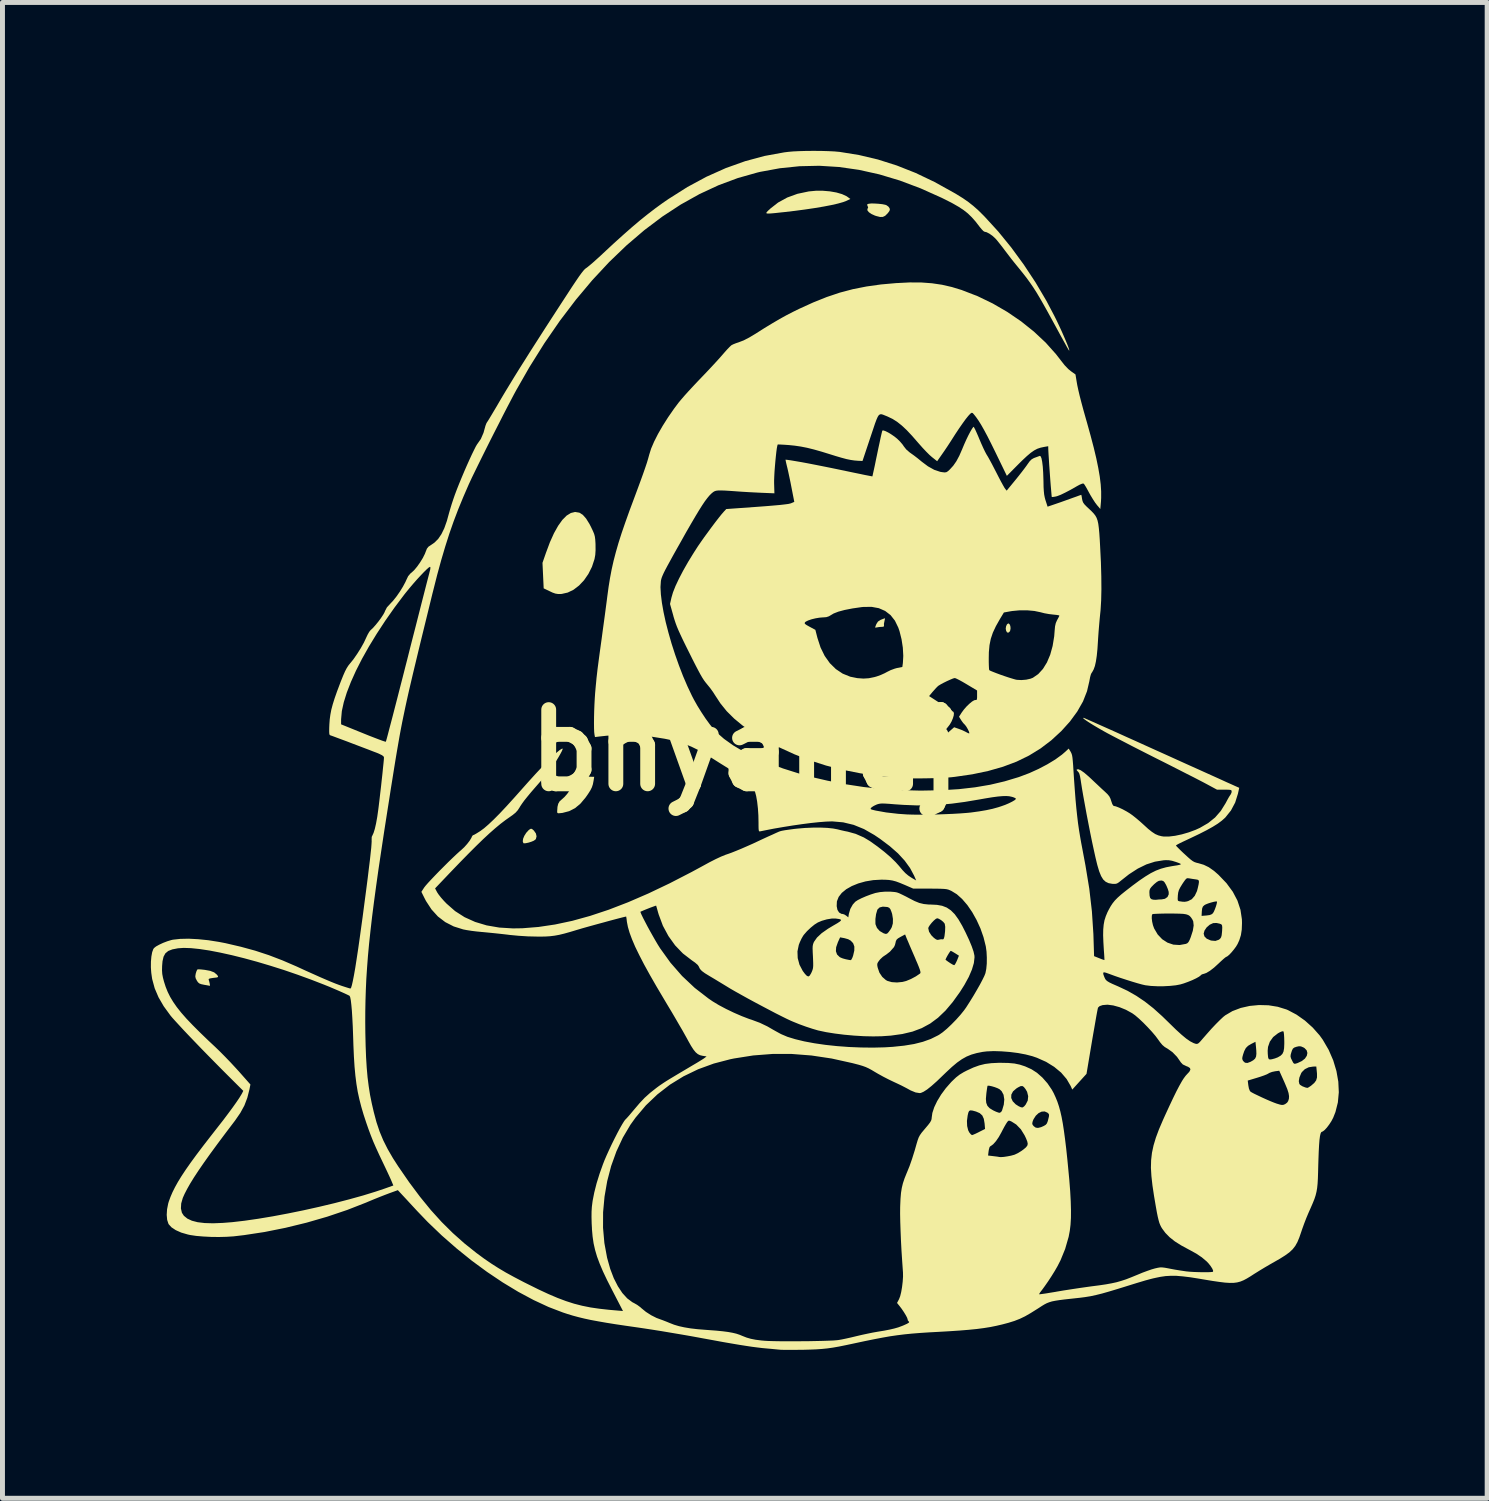
<source format=kicad_pcb>
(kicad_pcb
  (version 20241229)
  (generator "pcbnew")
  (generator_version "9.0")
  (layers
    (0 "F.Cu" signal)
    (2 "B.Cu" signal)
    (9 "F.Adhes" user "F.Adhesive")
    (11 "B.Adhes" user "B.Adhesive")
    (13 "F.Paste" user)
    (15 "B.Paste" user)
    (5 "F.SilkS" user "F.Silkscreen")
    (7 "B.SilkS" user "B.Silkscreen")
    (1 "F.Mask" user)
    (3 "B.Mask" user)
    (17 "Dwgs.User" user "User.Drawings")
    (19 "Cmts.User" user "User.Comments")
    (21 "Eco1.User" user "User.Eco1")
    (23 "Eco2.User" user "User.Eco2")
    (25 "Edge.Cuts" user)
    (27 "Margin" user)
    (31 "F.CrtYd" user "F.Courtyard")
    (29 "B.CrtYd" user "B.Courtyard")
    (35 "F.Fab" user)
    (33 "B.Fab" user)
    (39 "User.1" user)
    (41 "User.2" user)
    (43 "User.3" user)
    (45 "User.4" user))
  (footprint "bnyahaj"
    (layer "F.Cu")
    (at 12.006 12.116)
    (property "Reference" "bnyahaj" (at 0 0 0) (layer "F.SilkS") (effects (font (size 1.5 1.5) (thickness 0.3))))
    (attr board_only exclude_from_pos_files exclude_from_bom)
    (fp_poly (pts (xy 5.351 -2.549) (xy 5.367 -2.512) (xy 5.372 -2.466) (xy 5.365 -2.421) (xy 5.35 -2.394) (xy 5.321 -2.375) (xy 5.298 -2.387) (xy 5.282 -2.416) (xy 5.274 -2.458) (xy 5.281 -2.505) (xy 5.299 -2.545) (xy 5.324 -2.564) (xy 5.328 -2.564)) (stroke (width 0) (type solid)) (fill yes) (layer "F.SilkS"))
    (fp_poly (pts (xy -4.302 1.591) (xy -4.271 1.617) (xy -4.262 1.626) (xy -4.223 1.682) (xy -4.21 1.74) (xy -4.223 1.792) (xy -4.236 1.808) (xy -4.269 1.83) (xy -4.32 1.851) (xy -4.376 1.868) (xy -4.429 1.879) (xy -4.466 1.881) (xy -4.476 1.877) (xy -4.489 1.841) (xy -4.482 1.789) (xy -4.457 1.729) (xy -4.419 1.669) (xy -4.372 1.617) (xy -4.349 1.599) (xy -4.324 1.586)) (stroke (width 0) (type solid)) (fill yes) (layer "F.SilkS"))
    (fp_poly (pts (xy 2.832 -2.654) (xy 2.824 -2.617) (xy 2.822 -2.606) (xy 2.812 -2.558) (xy 2.813 -2.523) (xy 2.814 -2.519) (xy 2.811 -2.502) (xy 2.78 -2.495) (xy 2.767 -2.495) (xy 2.714 -2.491) (xy 2.673 -2.484) (xy 2.643 -2.479) (xy 2.634 -2.482) (xy 2.64 -2.502) (xy 2.655 -2.541) (xy 2.659 -2.551) (xy 2.692 -2.602) (xy 2.745 -2.636) (xy 2.755 -2.64) (xy 2.799 -2.657) (xy 2.827 -2.667) (xy 2.832 -2.668)) (stroke (width 0) (type solid)) (fill yes) (layer "F.SilkS"))
    (fp_poly (pts (xy 2.623 -11.052) (xy 2.701 -11.047) (xy 2.777 -11.039) (xy 2.837 -11.027) (xy 2.861 -11.019) (xy 2.902 -10.99) (xy 2.925 -10.959) (xy 2.932 -10.931) (xy 2.924 -10.903) (xy 2.896 -10.864) (xy 2.882 -10.848) (xy 2.836 -10.803) (xy 2.789 -10.781) (xy 2.733 -10.78) (xy 2.658 -10.799) (xy 2.63 -10.808) (xy 2.562 -10.839) (xy 2.51 -10.874) (xy 2.48 -10.909) (xy 2.477 -10.94) (xy 2.481 -10.946) (xy 2.493 -10.974) (xy 2.481 -11.003) (xy 2.471 -11.028) (xy 2.486 -11.042) (xy 2.506 -11.047) (xy 2.554 -11.053)) (stroke (width 0) (type solid)) (fill yes) (layer "F.SilkS"))
    (fp_poly (pts (xy 1.579 -11.31) (xy 1.72 -11.298) (xy 1.851 -11.275) (xy 1.965 -11.242) (xy 2.054 -11.201) (xy 2.076 -11.186) (xy 2.133 -11.144) (xy 2.056 -11.107) (xy 1.985 -11.08) (xy 1.882 -11.051) (xy 1.751 -11.021) (xy 1.595 -10.991) (xy 1.418 -10.961) (xy 1.223 -10.932) (xy 1.013 -10.904) (xy 0.791 -10.878) (xy 0.741 -10.873) (xy 0.623 -10.86) (xy 0.536 -10.852) (xy 0.477 -10.849) (xy 0.444 -10.851) (xy 0.434 -10.861) (xy 0.443 -10.878) (xy 0.468 -10.905) (xy 0.508 -10.941) (xy 0.513 -10.947) (xy 0.673 -11.072) (xy 0.857 -11.173) (xy 1.063 -11.248) (xy 1.29 -11.296) (xy 1.298 -11.297) (xy 1.436 -11.31)) (stroke (width 0) (type solid)) (fill yes) (layer "F.SilkS"))
    (fp_poly (pts (xy -10.989 4.431) (xy -10.925 4.438) (xy -10.916 4.439) (xy -10.807 4.459) (xy -10.727 4.49) (xy -10.673 4.535) (xy -10.66 4.551) (xy -10.648 4.572) (xy -10.651 4.585) (xy -10.674 4.593) (xy -10.725 4.599) (xy -10.742 4.601) (xy -10.8 4.61) (xy -10.831 4.619) (xy -10.839 4.632) (xy -10.837 4.641) (xy -10.826 4.677) (xy -10.817 4.718) (xy -10.812 4.75) (xy -10.814 4.762) (xy -10.833 4.758) (xy -10.876 4.75) (xy -10.929 4.741) (xy -10.99 4.728) (xy -11.028 4.713) (xy -11.055 4.689) (xy -11.077 4.656) (xy -11.101 4.609) (xy -11.108 4.569) (xy -11.1 4.517) (xy -11.099 4.513) (xy -11.084 4.465) (xy -11.069 4.435) (xy -11.063 4.43) (xy -11.038 4.428)) (stroke (width 0) (type solid)) (fill yes) (layer "F.SilkS"))
    (fp_poly (pts (xy -3.13 0.535) (xy -3.045 0.537) (xy -3.058 0.619) (xy -3.071 0.687) (xy -3.091 0.748) (xy -3.122 0.81) (xy -3.169 0.884) (xy -3.221 0.958) (xy -3.324 1.08) (xy -3.432 1.17) (xy -3.551 1.231) (xy -3.685 1.266) (xy -3.721 1.27) (xy -3.767 1.274) (xy -3.788 1.268) (xy -3.793 1.248) (xy -3.793 1.233) (xy -3.787 1.143) (xy -3.771 1.079) (xy -3.742 1.03) (xy -3.696 0.99) (xy -3.695 0.989) (xy -3.646 0.945) (xy -3.593 0.885) (xy -3.558 0.836) (xy -3.501 0.748) (xy -3.459 0.685) (xy -3.428 0.641) (xy -3.403 0.612) (xy -3.382 0.592) (xy -3.359 0.576) (xy -3.355 0.573) (xy -3.315 0.553) (xy -3.273 0.54) (xy -3.219 0.535) (xy -3.142 0.535)) (stroke (width 0) (type solid)) (fill yes) (layer "F.SilkS"))
    (fp_poly (pts (xy -3.346 -4.803) (xy -3.341 -4.801) (xy -3.275 -4.759) (xy -3.208 -4.683) (xy -3.14 -4.574) (xy -3.106 -4.507) (xy -3.07 -4.431) (xy -3.046 -4.374) (xy -3.032 -4.322) (xy -3.024 -4.264) (xy -3.019 -4.187) (xy -3.018 -4.159) (xy -3.017 -4.043) (xy -3.023 -3.95) (xy -3.038 -3.867) (xy -3.039 -3.863) (xy -3.09 -3.708) (xy -3.162 -3.565) (xy -3.25 -3.437) (xy -3.351 -3.33) (xy -3.462 -3.245) (xy -3.579 -3.188) (xy -3.698 -3.161) (xy -3.716 -3.159) (xy -3.777 -3.159) (xy -3.829 -3.167) (xy -3.886 -3.187) (xy -3.943 -3.214) (xy -4.066 -3.273) (xy -4.078 -3.531) (xy -4.09 -3.789) (xy -4.019 -3.993) (xy -3.94 -4.205) (xy -3.858 -4.387) (xy -3.774 -4.537) (xy -3.689 -4.656) (xy -3.603 -4.743) (xy -3.517 -4.796) (xy -3.431 -4.817)) (stroke (width 0) (type solid)) (fill yes) (layer "F.SilkS"))
    (fp_poly (pts (xy 4.634 -6.526) (xy 4.655 -6.487) (xy 4.683 -6.426) (xy 4.717 -6.348) (xy 4.739 -6.295) (xy 4.779 -6.201) (xy 4.818 -6.114) (xy 4.854 -6.039) (xy 4.882 -5.986) (xy 4.891 -5.971) (xy 4.915 -5.932) (xy 4.95 -5.869) (xy 4.994 -5.788) (xy 5.042 -5.695) (xy 5.084 -5.614) (xy 5.132 -5.52) (xy 5.177 -5.434) (xy 5.216 -5.363) (xy 5.245 -5.312) (xy 5.261 -5.288) (xy 5.293 -5.248) (xy 5.468 -5.461) (xy 5.535 -5.544) (xy 5.6 -5.627) (xy 5.658 -5.703) (xy 5.702 -5.763) (xy 5.714 -5.781) (xy 5.759 -5.843) (xy 5.799 -5.882) (xy 5.842 -5.906) (xy 5.86 -5.913) (xy 5.912 -5.932) (xy 5.953 -5.947) (xy 5.962 -5.951) (xy 5.98 -5.942) (xy 5.997 -5.901) (xy 6.011 -5.831) (xy 6.023 -5.734) (xy 6.031 -5.613) (xy 6.036 -5.472) (xy 6.037 -5.432) (xy 6.039 -5.321) (xy 6.044 -5.237) (xy 6.051 -5.17) (xy 6.062 -5.113) (xy 6.077 -5.056) (xy 6.08 -5.048) (xy 6.12 -4.924) (xy 6.287 -4.981) (xy 6.383 -5.014) (xy 6.492 -5.053) (xy 6.595 -5.09) (xy 6.625 -5.101) (xy 6.696 -5.126) (xy 6.753 -5.147) (xy 6.79 -5.16) (xy 6.801 -5.163) (xy 6.806 -5.148) (xy 6.813 -5.108) (xy 6.817 -5.081) (xy 6.826 -5.04) (xy 6.84 -5.006) (xy 6.866 -4.97) (xy 6.909 -4.926) (xy 6.956 -4.882) (xy 7.008 -4.833) (xy 7.05 -4.789) (xy 7.084 -4.746) (xy 7.11 -4.7) (xy 7.13 -4.645) (xy 7.145 -4.577) (xy 7.156 -4.492) (xy 7.166 -4.385) (xy 7.175 -4.252) (xy 7.182 -4.121) (xy 7.198 -3.802) (xy 7.206 -3.513) (xy 7.208 -3.254) (xy 7.203 -3.027) (xy 7.191 -2.831) (xy 7.183 -2.755) (xy 7.173 -2.653) (xy 7.162 -2.529) (xy 7.151 -2.396) (xy 7.142 -2.268) (xy 7.139 -2.217) (xy 7.128 -2.047) (xy 7.114 -1.907) (xy 7.097 -1.795) (xy 7.077 -1.705) (xy 7.052 -1.635) (xy 7.022 -1.58) (xy 7.007 -1.559) (xy 6.994 -1.53) (xy 6.98 -1.478) (xy 6.967 -1.411) (xy 6.965 -1.398) (xy 6.917 -1.193) (xy 6.836 -0.987) (xy 6.72 -0.783) (xy 6.572 -0.581) (xy 6.399 -0.389) (xy 6.196 -0.202) (xy 5.979 -0.037) (xy 5.745 0.107) (xy 5.493 0.23) (xy 5.219 0.333) (xy 4.922 0.418) (xy 4.599 0.486) (xy 4.247 0.537) (xy 4.167 0.546) (xy 4.075 0.553) (xy 3.957 0.559) (xy 3.822 0.564) (xy 3.676 0.567) (xy 3.528 0.569) (xy 3.387 0.569) (xy 3.26 0.567) (xy 3.155 0.563) (xy 3.11 0.56) (xy 2.707 0.52) (xy 2.331 0.465) (xy 1.978 0.395) (xy 1.642 0.309) (xy 1.319 0.205) (xy 1.004 0.082) (xy 0.691 -0.061) (xy 0.65 -0.081) (xy 0.388 -0.22) (xy 0.158 -0.358) (xy -0.043 -0.498) (xy -0.216 -0.641) (xy -0.366 -0.79) (xy -0.493 -0.947) (xy -0.59 -1.095) (xy 3.725 -1.095) (xy 3.962 -0.942) (xy 4.043 -0.889) (xy 4.114 -0.843) (xy 4.17 -0.807) (xy 4.206 -0.783) (xy 4.216 -0.777) (xy 4.227 -0.751) (xy 4.223 -0.703) (xy 4.205 -0.644) (xy 4.178 -0.58) (xy 4.144 -0.521) (xy 4.122 -0.492) (xy 4.08 -0.439) (xy 4.041 -0.38) (xy 4.008 -0.325) (xy 3.988 -0.282) (xy 3.985 -0.267) (xy 3.99 -0.264) (xy 4.007 -0.274) (xy 4.04 -0.3) (xy 4.093 -0.344) (xy 4.138 -0.384) (xy 4.231 -0.465) (xy 4.326 -0.432) (xy 4.392 -0.407) (xy 4.453 -0.378) (xy 4.481 -0.363) (xy 4.518 -0.344) (xy 4.538 -0.342) (xy 4.539 -0.346) (xy 4.53 -0.379) (xy 4.507 -0.427) (xy 4.478 -0.477) (xy 4.45 -0.514) (xy 4.443 -0.521) (xy 4.415 -0.55) (xy 4.382 -0.595) (xy 4.371 -0.612) (xy 4.33 -0.678) (xy 4.384 -0.763) (xy 4.429 -0.824) (xy 4.482 -0.885) (xy 4.539 -0.94) (xy 4.592 -0.984) (xy 4.637 -1.011) (xy 4.664 -1.016) (xy 4.681 -1.016) (xy 4.691 -1.03) (xy 4.695 -1.067) (xy 4.695 -1.108) (xy 4.695 -1.208) (xy 4.483 -1.335) (xy 4.405 -1.381) (xy 4.336 -1.419) (xy 4.282 -1.446) (xy 4.25 -1.459) (xy 4.245 -1.46) (xy 4.209 -1.451) (xy 4.154 -1.428) (xy 4.087 -1.398) (xy 4.018 -1.364) (xy 3.957 -1.331) (xy 3.913 -1.304) (xy 3.901 -1.294) (xy 3.867 -1.26) (xy 3.823 -1.211) (xy 3.792 -1.176) (xy 3.725 -1.095) (xy -0.59 -1.095) (xy -0.599 -1.109) (xy -0.644 -1.179) (xy -0.701 -1.258) (xy -0.759 -1.329) (xy -0.763 -1.334) (xy -0.794 -1.372) (xy -0.826 -1.415) (xy -0.86 -1.468) (xy -0.899 -1.535) (xy -0.944 -1.619) (xy -0.999 -1.724) (xy -1.065 -1.854) (xy -1.121 -1.967) (xy -1.195 -2.115) (xy -1.255 -2.238) (xy -1.303 -2.34) (xy -1.342 -2.426) (xy -1.373 -2.5) (xy -1.398 -2.567) (xy -1.399 -2.57) (xy 1.209 -2.57) (xy 1.217 -2.554) (xy 1.245 -2.533) (xy 1.298 -2.503) (xy 1.311 -2.496) (xy 1.426 -2.434) (xy 1.468 -2.27) (xy 1.531 -2.077) (xy 1.615 -1.906) (xy 1.719 -1.76) (xy 1.84 -1.641) (xy 1.978 -1.549) (xy 2.131 -1.487) (xy 2.274 -1.458) (xy 2.398 -1.449) (xy 2.507 -1.456) (xy 2.619 -1.479) (xy 2.668 -1.493) (xy 2.746 -1.521) (xy 2.828 -1.558) (xy 2.876 -1.584) (xy 2.949 -1.62) (xy 3.031 -1.65) (xy 3.078 -1.663) (xy 3.184 -1.684) (xy 3.195 -1.763) (xy 3.201 -1.868) (xy 4.931 -1.868) (xy 4.931 -1.781) (xy 4.933 -1.706) (xy 4.936 -1.651) (xy 4.94 -1.622) (xy 4.941 -1.62) (xy 4.965 -1.606) (xy 5.016 -1.585) (xy 5.085 -1.558) (xy 5.166 -1.528) (xy 5.252 -1.498) (xy 5.336 -1.47) (xy 5.411 -1.447) (xy 5.469 -1.43) (xy 5.498 -1.424) (xy 5.59 -1.419) (xy 5.688 -1.427) (xy 5.777 -1.447) (xy 5.824 -1.466) (xy 5.931 -1.54) (xy 6.026 -1.644) (xy 6.107 -1.775) (xy 6.173 -1.931) (xy 6.222 -2.108) (xy 6.254 -2.304) (xy 6.263 -2.42) (xy 6.271 -2.506) (xy 6.286 -2.571) (xy 6.31 -2.626) (xy 6.315 -2.635) (xy 6.34 -2.681) (xy 6.356 -2.714) (xy 6.358 -2.723) (xy 6.343 -2.729) (xy 6.301 -2.736) (xy 6.242 -2.742) (xy 6.233 -2.743) (xy 6.149 -2.753) (xy 6.054 -2.77) (xy 5.977 -2.79) (xy 5.853 -2.816) (xy 5.708 -2.829) (xy 5.556 -2.829) (xy 5.407 -2.815) (xy 5.369 -2.809) (xy 5.237 -2.785) (xy 5.157 -2.653) (xy 5.075 -2.508) (xy 5.014 -2.378) (xy 4.972 -2.253) (xy 4.946 -2.124) (xy 4.933 -1.982) (xy 4.931 -1.868) (xy 3.201 -1.868) (xy 3.203 -1.91) (xy 3.194 -2.075) (xy 3.168 -2.244) (xy 3.127 -2.408) (xy 3.102 -2.48) (xy 3.034 -2.62) (xy 2.946 -2.732) (xy 2.837 -2.816) (xy 2.709 -2.872) (xy 2.562 -2.899) (xy 2.397 -2.897) (xy 2.363 -2.894) (xy 2.176 -2.867) (xy 2.018 -2.836) (xy 1.891 -2.802) (xy 1.796 -2.765) (xy 1.759 -2.743) (xy 1.7 -2.708) (xy 1.648 -2.691) (xy 1.586 -2.686) (xy 1.577 -2.686) (xy 1.507 -2.68) (xy 1.429 -2.667) (xy 1.351 -2.648) (xy 1.283 -2.625) (xy 1.234 -2.601) (xy 1.217 -2.587) (xy 1.209 -2.57) (xy -1.399 -2.57) (xy -1.42 -2.633) (xy -1.441 -2.701) (xy -1.446 -2.722) (xy -1.512 -2.957) (xy -1.483 -3.086) (xy -1.452 -3.192) (xy -1.401 -3.321) (xy -1.331 -3.469) (xy -1.246 -3.632) (xy -1.147 -3.806) (xy -1.036 -3.987) (xy -0.948 -4.124) (xy -0.89 -4.208) (xy -0.822 -4.305) (xy -0.747 -4.407) (xy -0.671 -4.511) (xy -0.597 -4.609) (xy -0.529 -4.697) (xy -0.473 -4.767) (xy -0.431 -4.815) (xy -0.431 -4.816) (xy -0.375 -4.876) (xy 0.25 -4.921) (xy 0.437 -4.935) (xy 0.591 -4.948) (xy 0.715 -4.959) (xy 0.81 -4.97) (xy 0.878 -4.979) (xy 0.923 -4.989) (xy 0.937 -4.994) (xy 1 -5.021) (xy 0.943 -5.313) (xy 0.922 -5.421) (xy 0.899 -5.53) (xy 0.878 -5.628) (xy 0.86 -5.707) (xy 0.852 -5.739) (xy 0.837 -5.802) (xy 0.827 -5.848) (xy 0.823 -5.872) (xy 0.824 -5.874) (xy 0.863 -5.87) (xy 0.933 -5.86) (xy 1.028 -5.844) (xy 1.145 -5.824) (xy 1.28 -5.799) (xy 1.428 -5.77) (xy 1.585 -5.739) (xy 1.749 -5.706) (xy 1.913 -5.672) (xy 1.932 -5.668) (xy 2.076 -5.638) (xy 2.209 -5.61) (xy 2.327 -5.586) (xy 2.426 -5.565) (xy 2.504 -5.55) (xy 2.555 -5.54) (xy 2.577 -5.536) (xy 2.578 -5.536) (xy 2.583 -5.553) (xy 2.593 -5.6) (xy 2.609 -5.672) (xy 2.629 -5.764) (xy 2.651 -5.873) (xy 2.676 -5.992) (xy 2.701 -6.113) (xy 2.725 -6.223) (xy 2.745 -6.318) (xy 2.762 -6.392) (xy 2.774 -6.442) (xy 2.78 -6.462) (xy 2.801 -6.465) (xy 2.843 -6.451) (xy 2.899 -6.423) (xy 2.963 -6.384) (xy 3.028 -6.339) (xy 3.081 -6.296) (xy 3.136 -6.242) (xy 3.186 -6.184) (xy 3.214 -6.143) (xy 3.263 -6.081) (xy 3.333 -6.02) (xy 3.357 -6.003) (xy 3.419 -5.959) (xy 3.492 -5.903) (xy 3.563 -5.845) (xy 3.576 -5.834) (xy 3.703 -5.739) (xy 3.829 -5.669) (xy 3.951 -5.628) (xy 3.988 -5.622) (xy 4.039 -5.616) (xy 4.074 -5.621) (xy 4.106 -5.641) (xy 4.145 -5.677) (xy 4.214 -5.753) (xy 4.276 -5.842) (xy 4.335 -5.952) (xy 4.395 -6.089) (xy 4.402 -6.107) (xy 4.438 -6.192) (xy 4.477 -6.279) (xy 4.518 -6.364) (xy 4.557 -6.438) (xy 4.591 -6.496) (xy 4.616 -6.532) (xy 4.624 -6.539)) (stroke (width 0) (type solid)) (fill yes) (layer "F.SilkS"))
    (fp_poly (pts (xy 1.544 -12.115) (xy 1.686 -12.111) (xy 1.812 -12.105) (xy 1.911 -12.096) (xy 1.915 -12.096) (xy 2.305 -12.033) (xy 2.69 -11.942) (xy 3.071 -11.821) (xy 3.453 -11.67) (xy 3.836 -11.487) (xy 4.225 -11.271) (xy 4.28 -11.239) (xy 4.409 -11.159) (xy 4.518 -11.083) (xy 4.617 -11.005) (xy 4.717 -10.917) (xy 4.825 -10.81) (xy 4.852 -10.782) (xy 5.122 -10.487) (xy 5.386 -10.163) (xy 5.639 -9.817) (xy 5.878 -9.455) (xy 6.098 -9.082) (xy 6.256 -8.782) (xy 6.308 -8.677) (xy 6.359 -8.569) (xy 6.408 -8.463) (xy 6.452 -8.362) (xy 6.491 -8.271) (xy 6.523 -8.193) (xy 6.546 -8.132) (xy 6.558 -8.093) (xy 6.558 -8.079) (xy 6.552 -8.083) (xy 6.541 -8.101) (xy 6.514 -8.147) (xy 6.476 -8.216) (xy 6.426 -8.306) (xy 6.367 -8.413) (xy 6.302 -8.533) (xy 6.231 -8.663) (xy 6.214 -8.694) (xy 6.118 -8.869) (xy 6.034 -9.019) (xy 5.96 -9.148) (xy 5.893 -9.26) (xy 5.828 -9.361) (xy 5.764 -9.454) (xy 5.697 -9.546) (xy 5.624 -9.64) (xy 5.541 -9.743) (xy 5.51 -9.781) (xy 5.452 -9.852) (xy 5.382 -9.94) (xy 5.312 -10.032) (xy 5.259 -10.101) (xy 5.202 -10.177) (xy 5.145 -10.249) (xy 5.097 -10.309) (xy 5.061 -10.349) (xy 5.061 -10.349) (xy 5.006 -10.399) (xy 4.945 -10.442) (xy 4.887 -10.472) (xy 4.845 -10.482) (xy 4.823 -10.495) (xy 4.789 -10.53) (xy 4.748 -10.579) (xy 4.742 -10.587) (xy 4.664 -10.688) (xy 4.588 -10.774) (xy 4.51 -10.85) (xy 4.423 -10.919) (xy 4.323 -10.985) (xy 4.203 -11.054) (xy 4.059 -11.128) (xy 3.978 -11.168) (xy 3.552 -11.359) (xy 3.132 -11.517) (xy 2.719 -11.641) (xy 2.311 -11.732) (xy 1.907 -11.79) (xy 1.506 -11.815) (xy 1.106 -11.806) (xy 0.708 -11.765) (xy 0.31 -11.692) (xy 0.248 -11.677) (xy -0.144 -11.566) (xy -0.533 -11.421) (xy -0.916 -11.243) (xy -1.294 -11.032) (xy -1.667 -10.788) (xy -2.032 -10.513) (xy -2.39 -10.207) (xy -2.741 -9.87) (xy -3.083 -9.503) (xy -3.416 -9.106) (xy -3.739 -8.681) (xy -4.052 -8.227) (xy -4.354 -7.745) (xy -4.619 -7.282) (xy -4.671 -7.186) (xy -4.734 -7.066) (xy -4.807 -6.927) (xy -4.887 -6.772) (xy -4.971 -6.606) (xy -5.059 -6.434) (xy -5.147 -6.26) (xy -5.233 -6.088) (xy -5.315 -5.923) (xy -5.391 -5.769) (xy -5.459 -5.63) (xy -5.517 -5.511) (xy -5.561 -5.416) (xy -5.578 -5.38) (xy -5.69 -5.122) (xy -5.792 -4.874) (xy -5.886 -4.627) (xy -5.973 -4.378) (xy -6.056 -4.118) (xy -6.137 -3.844) (xy -6.218 -3.548) (xy -6.3 -3.224) (xy -6.316 -3.162) (xy -6.398 -2.826) (xy -6.473 -2.52) (xy -6.541 -2.243) (xy -6.602 -1.991) (xy -6.657 -1.762) (xy -6.707 -1.554) (xy -6.752 -1.362) (xy -6.793 -1.186) (xy -6.83 -1.021) (xy -6.864 -0.865) (xy -6.895 -0.717) (xy -6.925 -0.572) (xy -6.953 -0.428) (xy -6.98 -0.282) (xy -7.006 -0.132) (xy -7.033 0.024) (xy -7.061 0.191) (xy -7.09 0.37) (xy -7.121 0.564) (xy -7.155 0.775) (xy -7.191 1.008) (xy -7.224 1.217) (xy -7.291 1.646) (xy -7.351 2.044) (xy -7.406 2.412) (xy -7.454 2.754) (xy -7.497 3.072) (xy -7.535 3.369) (xy -7.567 3.647) (xy -7.595 3.908) (xy -7.618 4.156) (xy -7.636 4.393) (xy -7.651 4.62) (xy -7.661 4.842) (xy -7.668 5.06) (xy -7.672 5.276) (xy -7.673 5.494) (xy -7.671 5.711) (xy -7.665 5.974) (xy -7.656 6.208) (xy -7.643 6.418) (xy -7.626 6.611) (xy -7.603 6.791) (xy -7.576 6.965) (xy -7.541 7.138) (xy -7.501 7.311) (xy -7.446 7.518) (xy -7.383 7.706) (xy -7.309 7.884) (xy -7.22 8.061) (xy -7.113 8.246) (xy -7.006 8.412) (xy -6.784 8.734) (xy -6.565 9.027) (xy -6.348 9.293) (xy -6.128 9.536) (xy -5.902 9.76) (xy -5.667 9.969) (xy -5.419 10.167) (xy -5.413 10.171) (xy -5.268 10.278) (xy -5.128 10.374) (xy -4.984 10.466) (xy -4.831 10.557) (xy -4.661 10.65) (xy -4.468 10.751) (xy -4.394 10.788) (xy -4.17 10.899) (xy -3.97 10.992) (xy -3.787 11.07) (xy -3.617 11.134) (xy -3.452 11.187) (xy -3.288 11.229) (xy -3.119 11.263) (xy -2.94 11.289) (xy -2.743 11.311) (xy -2.605 11.323) (xy -2.463 11.335) (xy -2.686 10.904) (xy -2.786 10.707) (xy -2.868 10.534) (xy -2.934 10.378) (xy -2.987 10.236) (xy -3.027 10.1) (xy -3.057 9.967) (xy -3.077 9.83) (xy -3.09 9.684) (xy -3.091 9.653) (xy -2.866 9.653) (xy -2.839 9.961) (xy -2.784 10.259) (xy -2.72 10.486) (xy -2.649 10.672) (xy -2.566 10.835) (xy -2.476 10.971) (xy -2.377 11.08) (xy -2.274 11.157) (xy -2.239 11.175) (xy -2.176 11.211) (xy -2.112 11.258) (xy -2.088 11.28) (xy -2 11.352) (xy -1.894 11.42) (xy -1.785 11.475) (xy -1.726 11.497) (xy -1.662 11.52) (xy -1.585 11.55) (xy -1.522 11.576) (xy -1.43 11.612) (xy -1.333 11.641) (xy -1.224 11.665) (xy -1.099 11.686) (xy -0.952 11.703) (xy -0.776 11.717) (xy -0.736 11.72) (xy -0.576 11.732) (xy -0.445 11.745) (xy -0.338 11.759) (xy -0.249 11.775) (xy -0.173 11.793) (xy -0.104 11.816) (xy -0.049 11.839) (xy 0.035 11.872) (xy 0.122 11.897) (xy 0.219 11.916) (xy 0.338 11.931) (xy 0.407 11.937) (xy 0.481 11.941) (xy 0.581 11.944) (xy 0.702 11.946) (xy 0.838 11.947) (xy 0.985 11.947) (xy 1.136 11.946) (xy 1.288 11.945) (xy 1.434 11.942) (xy 1.57 11.939) (xy 1.691 11.935) (xy 1.79 11.931) (xy 1.864 11.925) (xy 1.897 11.921) (xy 1.96 11.91) (xy 2.046 11.892) (xy 2.145 11.87) (xy 2.245 11.846) (xy 2.261 11.842) (xy 2.368 11.817) (xy 2.48 11.793) (xy 2.587 11.771) (xy 2.673 11.756) (xy 2.677 11.755) (xy 2.818 11.732) (xy 2.931 11.71) (xy 3.024 11.688) (xy 3.104 11.665) (xy 3.179 11.637) (xy 3.213 11.623) (xy 3.279 11.593) (xy 3.315 11.571) (xy 3.323 11.557) (xy 3.318 11.552) (xy 3.295 11.524) (xy 3.292 11.507) (xy 3.282 11.474) (xy 3.255 11.422) (xy 3.216 11.358) (xy 3.17 11.29) (xy 3.128 11.235) (xy 3.077 11.172) (xy 3.117 11.096) (xy 3.14 11.037) (xy 3.161 10.952) (xy 3.178 10.852) (xy 3.191 10.745) (xy 3.198 10.642) (xy 3.197 10.552) (xy 3.196 10.543) (xy 3.181 10.328) (xy 3.167 10.114) (xy 3.156 9.906) (xy 3.148 9.709) (xy 3.142 9.53) (xy 3.139 9.372) (xy 3.14 9.242) (xy 3.141 9.209) (xy 3.147 9.066) (xy 3.157 8.948) (xy 3.173 8.847) (xy 3.196 8.752) (xy 3.228 8.656) (xy 3.271 8.549) (xy 3.278 8.533) (xy 3.33 8.405) (xy 3.381 8.259) (xy 3.402 8.192) (xy 4.917 8.192) (xy 5.018 8.204) (xy 5.076 8.211) (xy 5.12 8.217) (xy 5.137 8.221) (xy 5.175 8.224) (xy 5.236 8.22) (xy 5.308 8.209) (xy 5.381 8.195) (xy 5.443 8.178) (xy 5.455 8.174) (xy 5.521 8.143) (xy 5.592 8.099) (xy 5.637 8.066) (xy 5.683 8.027) (xy 5.71 7.992) (xy 5.719 7.956) (xy 5.71 7.91) (xy 5.685 7.846) (xy 5.656 7.785) (xy 5.58 7.662) (xy 5.486 7.565) (xy 5.447 7.54) (xy 5.81 7.54) (xy 5.817 7.571) (xy 5.841 7.6) (xy 5.88 7.628) (xy 5.926 7.634) (xy 5.988 7.619) (xy 6.046 7.593) (xy 6.082 7.571) (xy 6.106 7.543) (xy 6.124 7.497) (xy 6.133 7.461) (xy 6.147 7.405) (xy 6.15 7.371) (xy 6.143 7.35) (xy 6.123 7.331) (xy 6.116 7.325) (xy 6.061 7.301) (xy 6 7.305) (xy 5.938 7.335) (xy 5.882 7.387) (xy 5.837 7.457) (xy 5.82 7.497) (xy 5.81 7.54) (xy 5.447 7.54) (xy 5.391 7.505) (xy 5.352 7.488) (xy 5.329 7.489) (xy 5.307 7.511) (xy 5.301 7.52) (xy 5.279 7.554) (xy 5.247 7.609) (xy 5.21 7.678) (xy 5.187 7.723) (xy 5.134 7.818) (xy 5.077 7.901) (xy 5.021 7.964) (xy 4.97 8.002) (xy 4.959 8.007) (xy 4.946 8.026) (xy 4.934 8.069) (xy 4.928 8.103) (xy 4.917 8.192) (xy 3.402 8.192) (xy 3.434 8.09) (xy 3.472 7.956) (xy 3.494 7.883) (xy 3.514 7.828) (xy 3.539 7.781) (xy 3.574 7.731) (xy 3.625 7.67) (xy 3.647 7.644) (xy 3.705 7.575) (xy 3.743 7.525) (xy 3.762 7.492) (xy 4.49 7.492) (xy 4.494 7.596) (xy 4.515 7.682) (xy 4.537 7.725) (xy 4.566 7.76) (xy 4.589 7.778) (xy 4.593 7.779) (xy 4.615 7.772) (xy 4.66 7.753) (xy 4.718 7.725) (xy 4.733 7.717) (xy 4.856 7.655) (xy 4.847 7.545) (xy 4.831 7.45) (xy 4.8 7.382) (xy 4.748 7.335) (xy 4.674 7.303) (xy 4.605 7.284) (xy 4.561 7.279) (xy 4.534 7.291) (xy 4.518 7.325) (xy 4.505 7.38) (xy 4.49 7.492) (xy 3.762 7.492) (xy 3.765 7.487) (xy 3.775 7.455) (xy 3.777 7.431) (xy 3.791 7.331) (xy 3.829 7.215) (xy 3.889 7.09) (xy 3.915 7.048) (xy 4.873 7.048) (xy 4.88 7.127) (xy 4.904 7.188) (xy 4.949 7.236) (xy 5.018 7.278) (xy 5.023 7.281) (xy 5.079 7.307) (xy 5.126 7.324) (xy 5.149 7.329) (xy 5.18 7.313) (xy 5.2 7.281) (xy 5.235 7.163) (xy 5.245 7.056) (xy 5.24 7.029) (xy 5.385 7.029) (xy 5.415 7.095) (xy 5.475 7.157) (xy 5.536 7.196) (xy 5.585 7.218) (xy 5.619 7.219) (xy 5.651 7.194) (xy 5.678 7.161) (xy 5.719 7.081) (xy 5.728 6.993) (xy 5.706 6.904) (xy 5.674 6.849) (xy 5.64 6.806) (xy 5.61 6.787) (xy 5.573 6.79) (xy 5.523 6.815) (xy 5.487 6.838) (xy 5.421 6.896) (xy 5.387 6.961) (xy 5.385 7.029) (xy 5.24 7.029) (xy 5.23 6.964) (xy 5.191 6.891) (xy 5.149 6.852) (xy 5.108 6.831) (xy 5.053 6.81) (xy 4.996 6.793) (xy 4.945 6.782) (xy 4.913 6.78) (xy 4.907 6.783) (xy 4.902 6.801) (xy 4.895 6.846) (xy 4.886 6.909) (xy 4.882 6.942) (xy 4.873 7.048) (xy 3.915 7.048) (xy 3.968 6.96) (xy 4.063 6.831) (xy 4.171 6.708) (xy 4.193 6.686) (xy 4.271 6.612) (xy 4.343 6.556) (xy 4.424 6.507) (xy 4.488 6.474) (xy 4.62 6.413) (xy 4.739 6.37) (xy 4.857 6.341) (xy 4.984 6.325) (xy 5.131 6.318) (xy 5.18 6.318) (xy 5.327 6.321) (xy 5.45 6.332) (xy 5.559 6.355) (xy 5.666 6.39) (xy 5.779 6.441) (xy 5.796 6.449) (xy 5.906 6.52) (xy 6.016 6.617) (xy 6.118 6.733) (xy 6.205 6.861) (xy 6.244 6.932) (xy 6.283 7.017) (xy 6.318 7.103) (xy 6.349 7.196) (xy 6.377 7.297) (xy 6.403 7.411) (xy 6.427 7.54) (xy 6.45 7.689) (xy 6.473 7.86) (xy 6.497 8.058) (xy 6.521 8.284) (xy 6.534 8.42) (xy 6.559 8.683) (xy 6.577 8.914) (xy 6.588 9.117) (xy 6.593 9.296) (xy 6.592 9.453) (xy 6.584 9.591) (xy 6.569 9.713) (xy 6.548 9.824) (xy 6.546 9.835) (xy 6.475 10.081) (xy 6.382 10.309) (xy 6.32 10.43) (xy 6.267 10.522) (xy 6.202 10.627) (xy 6.132 10.734) (xy 6.063 10.833) (xy 6.004 10.914) (xy 5.997 10.922) (xy 5.967 10.962) (xy 5.951 10.99) (xy 5.949 10.997) (xy 5.968 10.996) (xy 6.015 10.99) (xy 6.086 10.98) (xy 6.176 10.965) (xy 6.28 10.948) (xy 6.312 10.942) (xy 6.449 10.919) (xy 6.604 10.895) (xy 6.762 10.871) (xy 6.91 10.85) (xy 7.002 10.837) (xy 7.165 10.816) (xy 7.3 10.796) (xy 7.415 10.775) (xy 7.516 10.753) (xy 7.61 10.726) (xy 7.705 10.695) (xy 7.808 10.655) (xy 7.925 10.607) (xy 7.947 10.598) (xy 8.041 10.559) (xy 8.136 10.524) (xy 8.222 10.494) (xy 8.288 10.475) (xy 8.292 10.474) (xy 8.349 10.461) (xy 8.393 10.454) (xy 8.437 10.454) (xy 8.489 10.46) (xy 8.561 10.473) (xy 8.595 10.48) (xy 8.691 10.498) (xy 8.795 10.515) (xy 8.889 10.529) (xy 8.922 10.534) (xy 8.994 10.541) (xy 9.078 10.546) (xy 9.169 10.549) (xy 9.258 10.551) (xy 9.34 10.551) (xy 9.406 10.549) (xy 9.45 10.545) (xy 9.465 10.541) (xy 9.466 10.517) (xy 9.448 10.476) (xy 9.415 10.425) (xy 9.373 10.372) (xy 9.336 10.333) (xy 9.239 10.251) (xy 9.128 10.176) (xy 8.992 10.101) (xy 8.982 10.096) (xy 8.823 10.01) (xy 8.693 9.928) (xy 8.587 9.844) (xy 8.501 9.756) (xy 8.44 9.674) (xy 8.417 9.638) (xy 8.398 9.599) (xy 8.38 9.555) (xy 8.364 9.499) (xy 8.347 9.429) (xy 8.329 9.34) (xy 8.309 9.227) (xy 8.285 9.086) (xy 8.272 9.01) (xy 8.24 8.796) (xy 8.219 8.609) (xy 8.209 8.441) (xy 8.213 8.286) (xy 8.23 8.137) (xy 8.262 7.988) (xy 8.309 7.831) (xy 8.372 7.662) (xy 8.453 7.473) (xy 8.494 7.382) (xy 8.582 7.191) (xy 8.658 7.03) (xy 8.724 6.895) (xy 8.781 6.786) (xy 8.83 6.699) (xy 8.843 6.677) (xy 10.166 6.677) (xy 10.178 6.774) (xy 10.19 6.838) (xy 10.209 6.885) (xy 10.219 6.898) (xy 10.246 6.916) (xy 10.299 6.944) (xy 10.37 6.978) (xy 10.452 7.017) (xy 10.538 7.056) (xy 10.621 7.092) (xy 10.695 7.122) (xy 10.752 7.143) (xy 10.759 7.145) (xy 10.819 7.163) (xy 10.858 7.17) (xy 10.888 7.167) (xy 10.92 7.154) (xy 10.921 7.154) (xy 10.962 7.123) (xy 10.983 7.092) (xy 10.998 7.045) (xy 11.001 6.992) (xy 10.991 6.929) (xy 10.966 6.85) (xy 10.924 6.749) (xy 10.903 6.7) (xy 10.898 6.689) (xy 11.198 6.689) (xy 11.209 6.744) (xy 11.224 6.763) (xy 11.27 6.792) (xy 11.331 6.816) (xy 11.371 6.825) (xy 11.393 6.816) (xy 11.43 6.792) (xy 11.446 6.781) (xy 11.511 6.725) (xy 11.549 6.673) (xy 11.566 6.614) (xy 11.566 6.537) (xy 11.564 6.515) (xy 11.552 6.393) (xy 11.489 6.394) (xy 11.399 6.408) (xy 11.32 6.447) (xy 11.26 6.506) (xy 11.246 6.529) (xy 11.21 6.616) (xy 11.198 6.689) (xy 10.898 6.689) (xy 10.803 6.478) (xy 10.719 6.489) (xy 10.658 6.502) (xy 10.604 6.522) (xy 10.589 6.531) (xy 10.554 6.55) (xy 10.494 6.574) (xy 10.419 6.6) (xy 10.355 6.62) (xy 10.166 6.677) (xy 8.843 6.677) (xy 8.872 6.632) (xy 8.909 6.582) (xy 8.933 6.555) (xy 8.985 6.499) (xy 9.007 6.457) (xy 8.999 6.425) (xy 8.961 6.399) (xy 8.927 6.386) (xy 8.854 6.351) (xy 8.815 6.31) (xy 8.764 6.237) (xy 10.055 6.237) (xy 10.063 6.263) (xy 10.074 6.282) (xy 10.111 6.316) (xy 10.16 6.321) (xy 10.224 6.297) (xy 10.278 6.266) (xy 10.314 6.234) (xy 10.334 6.193) (xy 10.341 6.137) (xy 10.339 6.072) (xy 10.569 6.072) (xy 10.571 6.136) (xy 10.576 6.191) (xy 10.58 6.217) (xy 10.592 6.243) (xy 10.614 6.251) (xy 10.654 6.246) (xy 10.714 6.23) (xy 10.774 6.207) (xy 10.776 6.206) (xy 10.801 6.191) (xy 11.031 6.191) (xy 11.041 6.228) (xy 11.059 6.265) (xy 11.083 6.313) (xy 11.102 6.335) (xy 11.127 6.337) (xy 11.17 6.324) (xy 11.177 6.321) (xy 11.26 6.282) (xy 11.322 6.233) (xy 11.36 6.176) (xy 11.372 6.119) (xy 11.357 6.065) (xy 11.314 6.02) (xy 11.29 6.006) (xy 11.242 5.986) (xy 11.201 5.983) (xy 11.151 5.994) (xy 11.106 6.01) (xy 11.079 6.031) (xy 11.06 6.069) (xy 11.049 6.102) (xy 11.034 6.155) (xy 11.031 6.191) (xy 10.801 6.191) (xy 10.829 6.175) (xy 10.866 6.139) (xy 10.889 6.091) (xy 10.901 6.024) (xy 10.905 5.933) (xy 10.905 5.889) (xy 10.903 5.81) (xy 10.899 5.744) (xy 10.893 5.699) (xy 10.887 5.682) (xy 10.862 5.681) (xy 10.814 5.701) (xy 10.776 5.722) (xy 10.68 5.797) (xy 10.613 5.89) (xy 10.576 5.996) (xy 10.569 6.072) (xy 10.339 6.072) (xy 10.338 6.059) (xy 10.333 5.998) (xy 10.322 5.893) (xy 10.239 5.935) (xy 10.173 5.974) (xy 10.128 6.019) (xy 10.096 6.08) (xy 10.073 6.147) (xy 10.058 6.202) (xy 10.055 6.237) (xy 8.764 6.237) (xy 8.736 6.197) (xy 8.645 6.103) (xy 8.55 6.035) (xy 8.546 6.033) (xy 8.488 5.998) (xy 8.44 5.957) (xy 8.394 5.902) (xy 8.359 5.853) (xy 8.302 5.776) (xy 8.228 5.689) (xy 8.143 5.597) (xy 8.055 5.507) (xy 7.969 5.426) (xy 7.891 5.359) (xy 7.831 5.316) (xy 7.704 5.246) (xy 7.574 5.193) (xy 7.447 5.158) (xy 7.332 5.143) (xy 7.235 5.151) (xy 7.234 5.151) (xy 7.172 5.172) (xy 7.141 5.201) (xy 7.139 5.205) (xy 7.133 5.23) (xy 7.122 5.285) (xy 7.107 5.366) (xy 7.089 5.469) (xy 7.068 5.591) (xy 7.044 5.727) (xy 7.019 5.873) (xy 7.016 5.891) (xy 6.907 6.541) (xy 6.763 6.7) (xy 6.619 6.859) (xy 6.587 6.787) (xy 6.505 6.646) (xy 6.394 6.516) (xy 6.254 6.4) (xy 6.091 6.299) (xy 5.905 6.216) (xy 5.812 6.184) (xy 5.676 6.149) (xy 5.522 6.12) (xy 5.357 6.099) (xy 5.191 6.086) (xy 5.033 6.081) (xy 4.892 6.087) (xy 4.808 6.097) (xy 4.688 6.121) (xy 4.582 6.151) (xy 4.484 6.191) (xy 4.389 6.244) (xy 4.291 6.313) (xy 4.185 6.402) (xy 4.066 6.513) (xy 4.011 6.566) (xy 3.883 6.689) (xy 3.775 6.785) (xy 3.685 6.857) (xy 3.613 6.903) (xy 3.558 6.927) (xy 3.533 6.93) (xy 3.452 6.917) (xy 3.352 6.876) (xy 3.285 6.839) (xy 3.234 6.812) (xy 3.162 6.775) (xy 3.078 6.735) (xy 3.009 6.703) (xy 2.911 6.656) (xy 2.8 6.599) (xy 2.693 6.54) (xy 2.635 6.506) (xy 2.563 6.463) (xy 2.502 6.43) (xy 2.445 6.404) (xy 2.382 6.381) (xy 2.305 6.358) (xy 2.205 6.332) (xy 2.174 6.324) (xy 1.755 6.231) (xy 1.348 6.17) (xy 0.95 6.139) (xy 0.558 6.139) (xy 0.17 6.169) (xy -0.217 6.23) (xy -0.295 6.246) (xy -0.628 6.333) (xy -0.943 6.448) (xy -1.239 6.591) (xy -1.514 6.76) (xy -1.768 6.957) (xy -2 7.178) (xy -2.208 7.425) (xy -2.313 7.571) (xy -2.466 7.83) (xy -2.596 8.109) (xy -2.702 8.404) (xy -2.782 8.71) (xy -2.836 9.023) (xy -2.865 9.339) (xy -2.866 9.653) (xy -3.091 9.653) (xy -3.096 9.564) (xy -3.099 9.434) (xy -3.098 9.326) (xy -3.092 9.23) (xy -3.08 9.134) (xy -3.076 9.105) (xy -3.043 8.938) (xy -2.996 8.753) (xy -2.936 8.56) (xy -2.868 8.369) (xy -2.837 8.289) (xy -2.794 8.189) (xy -2.744 8.079) (xy -2.69 7.964) (xy -2.634 7.851) (xy -2.579 7.743) (xy -2.527 7.645) (xy -2.481 7.564) (xy -2.444 7.504) (xy -2.419 7.469) (xy -2.417 7.468) (xy -2.387 7.437) (xy -2.342 7.387) (xy -2.288 7.323) (xy -2.235 7.26) (xy -2.126 7.132) (xy -2.024 7.024) (xy -1.916 6.927) (xy -1.795 6.831) (xy -1.774 6.815) (xy -1.732 6.784) (xy -1.688 6.754) (xy -1.639 6.721) (xy -1.582 6.684) (xy -1.512 6.641) (xy -1.427 6.59) (xy -1.322 6.527) (xy -1.195 6.452) (xy -1.042 6.361) (xy -1.04 6.36) (xy -0.964 6.315) (xy -0.897 6.274) (xy -0.844 6.241) (xy -0.815 6.221) (xy -0.773 6.189) (xy -0.856 6.176) (xy -0.906 6.164) (xy -0.95 6.142) (xy -0.993 6.106) (xy -1.037 6.052) (xy -1.087 5.975) (xy -1.145 5.872) (xy -1.168 5.829) (xy -1.206 5.761) (xy -1.258 5.668) (xy -1.323 5.557) (xy -1.396 5.431) (xy -1.475 5.296) (xy -1.558 5.158) (xy -1.627 5.042) (xy -1.783 4.779) (xy -1.919 4.542) (xy -2.036 4.33) (xy -2.134 4.14) (xy -2.216 3.972) (xy -2.28 3.822) (xy -2.329 3.69) (xy -2.363 3.573) (xy -2.383 3.471) (xy -2.385 3.457) (xy -2.391 3.405) (xy -2.397 3.37) (xy -2.399 3.361) (xy -2.422 3.366) (xy -2.472 3.378) (xy -2.546 3.397) (xy -2.637 3.421) (xy -2.742 3.449) (xy -2.854 3.48) (xy -2.969 3.511) (xy -3.081 3.542) (xy -3.186 3.571) (xy -3.278 3.597) (xy -3.352 3.619) (xy -3.383 3.628) (xy -3.529 3.672) (xy -3.65 3.706) (xy -3.753 3.731) (xy -3.846 3.748) (xy -3.936 3.759) (xy -4.032 3.765) (xy -4.139 3.767) (xy -4.21 3.766) (xy -4.385 3.762) (xy -4.573 3.75) (xy -4.754 3.733) (xy -4.791 3.728) (xy -4.912 3.714) (xy -5.043 3.7) (xy -5.172 3.687) (xy -5.285 3.676) (xy -5.319 3.673) (xy -5.422 3.663) (xy -5.527 3.65) (xy -5.623 3.635) (xy -5.694 3.621) (xy -5.885 3.561) (xy -6.055 3.474) (xy -6.204 3.36) (xy -6.333 3.218) (xy -6.445 3.047) (xy -6.481 2.977) (xy -6.538 2.862) (xy -6.482 2.775) (xy -6.454 2.739) (xy -6.406 2.684) (xy -6.341 2.614) (xy -6.263 2.532) (xy -6.177 2.443) (xy -6.086 2.352) (xy -5.996 2.262) (xy -5.91 2.179) (xy -5.832 2.105) (xy -5.766 2.045) (xy -5.729 2.013) (xy -5.671 1.959) (xy -5.613 1.894) (xy -5.562 1.828) (xy -5.527 1.77) (xy -5.518 1.747) (xy -5.501 1.721) (xy -5.489 1.715) (xy -5.467 1.706) (xy -5.425 1.682) (xy -5.369 1.647) (xy -5.347 1.633) (xy -5.271 1.577) (xy -5.181 1.499) (xy -5.076 1.4) (xy -4.954 1.277) (xy -4.816 1.13) (xy -4.659 0.957) (xy -4.537 0.82) (xy -4.377 0.64) (xy -4.231 0.479) (xy -4.099 0.338) (xy -3.983 0.218) (xy -3.883 0.12) (xy -3.802 0.045) (xy -3.739 -0.006) (xy -3.696 -0.032) (xy -3.684 -0.035) (xy -3.683 -0.021) (xy -3.698 0.016) (xy -3.727 0.071) (xy -3.765 0.138) (xy -3.81 0.212) (xy -3.86 0.287) (xy -3.865 0.295) (xy -3.92 0.37) (xy -3.988 0.459) (xy -4.061 0.548) (xy -4.11 0.605) (xy -4.226 0.738) (xy -4.322 0.849) (xy -4.398 0.941) (xy -4.459 1.017) (xy -4.506 1.082) (xy -4.542 1.136) (xy -4.551 1.152) (xy -4.59 1.212) (xy -4.634 1.261) (xy -4.693 1.309) (xy -4.744 1.345) (xy -4.839 1.412) (xy -4.939 1.488) (xy -5.046 1.577) (xy -5.163 1.68) (xy -5.291 1.799) (xy -5.433 1.937) (xy -5.591 2.095) (xy -5.767 2.275) (xy -5.963 2.479) (xy -5.968 2.484) (xy -6.261 2.792) (xy -6.219 2.872) (xy -6.189 2.917) (xy -6.142 2.977) (xy -6.083 3.044) (xy -6.029 3.1) (xy -5.857 3.251) (xy -5.665 3.374) (xy -5.452 3.47) (xy -5.219 3.54) (xy -4.964 3.584) (xy -4.687 3.601) (xy -4.496 3.598) (xy -4.172 3.572) (xy -3.836 3.522) (xy -3.488 3.448) (xy -3.127 3.348) (xy -2.877 3.265) (xy -2.11 3.265) (xy -2.106 3.283) (xy -2.087 3.327) (xy -2.056 3.391) (xy -2.015 3.47) (xy -1.968 3.56) (xy -1.916 3.655) (xy -1.862 3.751) (xy -1.809 3.844) (xy -1.76 3.927) (xy -1.716 3.997) (xy -1.713 4.002) (xy -1.503 4.294) (xy -1.269 4.562) (xy -1.013 4.803) (xy -0.735 5.018) (xy -0.65 5.076) (xy -0.526 5.151) (xy -0.379 5.229) (xy -0.221 5.305) (xy -0.062 5.374) (xy 0.086 5.431) (xy 0.139 5.448) (xy 0.303 5.509) (xy 0.454 5.581) (xy 0.494 5.604) (xy 0.57 5.648) (xy 0.647 5.691) (xy 0.711 5.726) (xy 0.736 5.739) (xy 0.863 5.793) (xy 1.021 5.841) (xy 1.203 5.885) (xy 1.407 5.923) (xy 1.628 5.955) (xy 1.861 5.98) (xy 2.102 5.998) (xy 2.347 6.008) (xy 2.591 6.011) (xy 2.829 6.005) (xy 2.991 5.995) (xy 3.221 5.971) (xy 3.422 5.938) (xy 3.6 5.893) (xy 3.759 5.836) (xy 3.904 5.764) (xy 3.927 5.751) (xy 3.999 5.701) (xy 4.084 5.63) (xy 4.176 5.543) (xy 4.269 5.448) (xy 4.357 5.35) (xy 4.432 5.257) (xy 4.474 5.198) (xy 4.549 5.081) (xy 4.623 4.961) (xy 4.692 4.843) (xy 4.754 4.734) (xy 4.805 4.637) (xy 4.843 4.559) (xy 4.864 4.505) (xy 4.881 4.419) (xy 4.891 4.311) (xy 4.892 4.191) (xy 4.886 4.071) (xy 4.871 3.962) (xy 4.87 3.959) (xy 4.825 3.779) (xy 4.763 3.602) (xy 4.685 3.431) (xy 4.596 3.272) (xy 4.498 3.129) (xy 4.393 3.007) (xy 4.285 2.91) (xy 4.177 2.844) (xy 4.142 2.828) (xy 4.111 2.816) (xy 4.076 2.808) (xy 4.033 2.803) (xy 3.974 2.8) (xy 3.896 2.798) (xy 3.79 2.797) (xy 3.742 2.797) (xy 3.405 2.797) (xy 3.24 2.725) (xy 3.137 2.682) (xy 3.056 2.652) (xy 2.985 2.633) (xy 2.915 2.622) (xy 2.836 2.617) (xy 2.758 2.616) (xy 2.595 2.625) (xy 2.439 2.651) (xy 2.293 2.692) (xy 2.163 2.745) (xy 2.05 2.809) (xy 1.96 2.883) (xy 1.897 2.964) (xy 1.863 3.05) (xy 1.861 3.059) (xy 1.857 3.151) (xy 1.872 3.226) (xy 1.905 3.279) (xy 1.953 3.307) (xy 1.977 3.309) (xy 2.01 3.319) (xy 2.049 3.343) (xy 2.092 3.378) (xy 2.103 3.307) (xy 2.132 3.208) (xy 2.182 3.119) (xy 2.233 3.062) (xy 2.283 3.029) (xy 2.358 2.991) (xy 2.448 2.952) (xy 2.543 2.916) (xy 2.636 2.886) (xy 2.645 2.884) (xy 2.733 2.867) (xy 2.837 2.858) (xy 2.941 2.858) (xy 3.034 2.866) (xy 3.076 2.874) (xy 3.12 2.89) (xy 3.183 2.92) (xy 3.258 2.957) (xy 3.318 2.989) (xy 3.43 3.047) (xy 3.526 3.086) (xy 3.617 3.108) (xy 3.714 3.118) (xy 3.761 3.119) (xy 3.884 3.125) (xy 3.989 3.144) (xy 4.082 3.18) (xy 4.165 3.236) (xy 4.243 3.314) (xy 4.318 3.418) (xy 4.395 3.55) (xy 4.462 3.682) (xy 4.534 3.836) (xy 4.587 3.964) (xy 4.623 4.068) (xy 4.641 4.149) (xy 4.643 4.186) (xy 4.63 4.301) (xy 4.591 4.433) (xy 4.527 4.582) (xy 4.439 4.743) (xy 4.35 4.884) (xy 4.202 5.09) (xy 4.055 5.264) (xy 3.904 5.408) (xy 3.746 5.525) (xy 3.576 5.617) (xy 3.39 5.687) (xy 3.183 5.736) (xy 2.953 5.768) (xy 2.764 5.781) (xy 2.594 5.784) (xy 2.407 5.78) (xy 2.209 5.768) (xy 2.009 5.75) (xy 1.818 5.726) (xy 1.643 5.698) (xy 1.493 5.666) (xy 1.486 5.665) (xy 1.37 5.631) (xy 1.236 5.587) (xy 1.099 5.537) (xy 0.971 5.485) (xy 0.927 5.466) (xy 0.848 5.429) (xy 0.745 5.378) (xy 0.622 5.316) (xy 0.487 5.245) (xy 0.343 5.169) (xy 0.198 5.092) (xy 0.056 5.015) (xy -0.077 4.941) (xy -0.195 4.875) (xy -0.292 4.819) (xy -0.338 4.791) (xy -0.433 4.733) (xy -0.529 4.675) (xy -0.616 4.622) (xy -0.687 4.58) (xy -0.719 4.561) (xy -0.807 4.507) (xy -0.868 4.462) (xy -0.906 4.421) (xy -0.926 4.382) (xy -0.928 4.375) (xy -0.951 4.34) (xy -1.005 4.293) (xy -1.073 4.245) (xy -1.251 4.108) (xy -1.292 4.066) (xy 1.064 4.066) (xy 1.069 4.201) (xy 1.105 4.335) (xy 1.171 4.461) (xy 1.216 4.521) (xy 1.254 4.56) (xy 1.284 4.573) (xy 1.31 4.557) (xy 1.339 4.51) (xy 1.356 4.473) (xy 1.369 4.439) (xy 1.378 4.404) (xy 1.382 4.36) (xy 1.382 4.318) (xy 2.677 4.318) (xy 2.678 4.356) (xy 2.687 4.398) (xy 2.721 4.496) (xy 2.778 4.581) (xy 2.85 4.644) (xy 2.882 4.662) (xy 2.97 4.687) (xy 3.076 4.694) (xy 3.187 4.683) (xy 3.261 4.664) (xy 3.358 4.624) (xy 3.457 4.571) (xy 3.538 4.516) (xy 3.547 4.507) (xy 3.551 4.492) (xy 3.548 4.469) (xy 3.537 4.432) (xy 3.517 4.378) (xy 3.486 4.302) (xy 3.457 4.236) (xy 4.058 4.236) (xy 4.108 4.273) (xy 4.159 4.307) (xy 4.203 4.333) (xy 4.231 4.344) (xy 4.235 4.344) (xy 4.251 4.325) (xy 4.273 4.284) (xy 4.291 4.245) (xy 4.328 4.152) (xy 4.251 4.103) (xy 4.206 4.076) (xy 4.172 4.058) (xy 4.162 4.055) (xy 4.149 4.068) (xy 4.126 4.102) (xy 4.1 4.145) (xy 4.076 4.189) (xy 4.06 4.223) (xy 4.058 4.236) (xy 3.457 4.236) (xy 3.443 4.201) (xy 3.42 4.148) (xy 3.375 4.044) (xy 3.334 3.949) (xy 3.3 3.868) (xy 3.273 3.806) (xy 3.258 3.769) (xy 3.256 3.763) (xy 3.24 3.723) (xy 3.149 3.772) (xy 3.096 3.803) (xy 3.067 3.83) (xy 3.052 3.863) (xy 3.048 3.884) (xy 3.035 3.936) (xy 3.016 3.977) (xy 3.014 3.98) (xy 2.933 4.072) (xy 2.854 4.133) (xy 2.839 4.142) (xy 2.789 4.176) (xy 2.738 4.224) (xy 2.722 4.243) (xy 2.691 4.285) (xy 2.677 4.318) (xy 1.382 4.318) (xy 1.382 4.3) (xy 1.379 4.217) (xy 1.377 4.169) (xy 1.372 4.074) (xy 1.372 4.062) (xy 1.841 4.062) (xy 1.864 4.128) (xy 1.916 4.179) (xy 1.938 4.191) (xy 1.98 4.208) (xy 2.042 4.225) (xy 2.106 4.238) (xy 2.141 4.243) (xy 2.156 4.229) (xy 2.175 4.191) (xy 2.189 4.152) (xy 2.213 4.049) (xy 2.214 3.968) (xy 2.191 3.904) (xy 2.182 3.892) (xy 2.14 3.848) (xy 2.09 3.82) (xy 2.021 3.8) (xy 2.003 3.796) (xy 1.926 3.782) (xy 1.881 3.881) (xy 1.846 3.981) (xy 1.841 4.062) (xy 1.372 4.062) (xy 1.37 4.007) (xy 1.372 3.959) (xy 1.379 3.923) (xy 1.389 3.893) (xy 1.4 3.87) (xy 1.459 3.786) (xy 1.553 3.698) (xy 1.681 3.608) (xy 1.791 3.542) (xy 1.872 3.495) (xy 1.923 3.461) (xy 1.945 3.438) (xy 1.939 3.422) (xy 1.906 3.411) (xy 1.888 3.409) (xy 2.64 3.409) (xy 2.64 3.497) (xy 2.642 3.519) (xy 2.671 3.591) (xy 2.727 3.654) (xy 2.802 3.698) (xy 2.811 3.702) (xy 2.852 3.713) (xy 2.879 3.704) (xy 2.906 3.676) (xy 2.943 3.625) (xy 2.959 3.598) (xy 3.708 3.598) (xy 3.724 3.668) (xy 3.77 3.74) (xy 3.822 3.792) (xy 3.866 3.824) (xy 3.899 3.834) (xy 3.927 3.828) (xy 3.967 3.82) (xy 3.991 3.822) (xy 4.01 3.822) (xy 4.025 3.802) (xy 4.036 3.758) (xy 4.045 3.685) (xy 4.048 3.657) (xy 4.051 3.569) (xy 4.042 3.512) (xy 4.038 3.502) (xy 4.01 3.468) (xy 3.967 3.433) (xy 3.921 3.406) (xy 3.888 3.396) (xy 3.86 3.409) (xy 3.821 3.442) (xy 3.778 3.487) (xy 3.74 3.535) (xy 3.714 3.576) (xy 3.708 3.598) (xy 2.959 3.598) (xy 2.971 3.575) (xy 2.992 3.501) (xy 2.994 3.409) (xy 2.978 3.31) (xy 2.964 3.266) (xy 2.943 3.214) (xy 2.921 3.186) (xy 2.89 3.171) (xy 2.876 3.168) (xy 2.79 3.161) (xy 2.725 3.177) (xy 2.683 3.217) (xy 2.677 3.23) (xy 2.653 3.313) (xy 2.64 3.409) (xy 1.888 3.409) (xy 1.848 3.403) (xy 1.84 3.402) (xy 1.757 3.402) (xy 1.658 3.418) (xy 1.557 3.447) (xy 1.476 3.481) (xy 1.408 3.524) (xy 1.332 3.586) (xy 1.257 3.657) (xy 1.195 3.728) (xy 1.179 3.75) (xy 1.146 3.807) (xy 1.112 3.88) (xy 1.091 3.934) (xy 1.064 4.066) (xy -1.292 4.066) (xy -1.409 3.944) (xy -1.544 3.756) (xy -1.656 3.548) (xy -1.741 3.32) (xy -1.752 3.283) (xy -1.77 3.219) (xy -1.784 3.17) (xy -1.792 3.143) (xy -1.793 3.141) (xy -1.809 3.145) (xy -1.848 3.159) (xy -1.903 3.179) (xy -1.964 3.203) (xy -2.024 3.227) (xy -2.073 3.248) (xy -2.104 3.261) (xy -2.11 3.265) (xy -2.877 3.265) (xy -2.751 3.223) (xy -2.359 3.072) (xy -1.95 2.895) (xy -1.522 2.691) (xy -1.076 2.461) (xy -0.862 2.345) (xy -0.712 2.263) (xy -0.586 2.199) (xy -0.481 2.15) (xy -0.39 2.113) (xy -0.334 2.094) (xy -0.27 2.071) (xy -0.182 2.036) (xy -0.075 1.992) (xy 0.042 1.941) (xy 0.164 1.887) (xy 0.243 1.85) (xy 0.356 1.797) (xy 0.462 1.748) (xy 0.556 1.706) (xy 0.632 1.671) (xy 0.686 1.647) (xy 0.71 1.638) (xy 0.748 1.628) (xy 0.813 1.616) (xy 0.898 1.604) (xy 0.994 1.591) (xy 1.048 1.585) (xy 1.21 1.571) (xy 1.372 1.564) (xy 1.527 1.563) (xy 1.667 1.569) (xy 1.787 1.582) (xy 1.871 1.598) (xy 1.943 1.616) (xy 2.027 1.635) (xy 2.079 1.645) (xy 2.241 1.69) (xy 2.405 1.762) (xy 2.53 1.837) (xy 2.68 1.944) (xy 2.82 2.053) (xy 2.946 2.161) (xy 3.05 2.263) (xy 3.118 2.339) (xy 3.187 2.422) (xy 3.245 2.483) (xy 3.303 2.532) (xy 3.368 2.576) (xy 3.4 2.595) (xy 3.464 2.632) (xy 3.421 2.533) (xy 3.34 2.381) (xy 3.232 2.232) (xy 3.097 2.085) (xy 2.931 1.939) (xy 2.734 1.791) (xy 2.617 1.712) (xy 2.409 1.593) (xy 2.2 1.508) (xy 1.988 1.457) (xy 1.772 1.438) (xy 1.752 1.438) (xy 1.641 1.442) (xy 1.501 1.453) (xy 1.339 1.47) (xy 1.161 1.493) (xy 0.973 1.52) (xy 0.78 1.551) (xy 0.588 1.584) (xy 0.404 1.62) (xy 0.316 1.638) (xy 0.299 1.641) (xy 0.288 1.635) (xy 0.281 1.616) (xy 0.278 1.577) (xy 0.277 1.512) (xy 0.277 1.466) (xy 0.274 1.315) (xy 0.265 1.177) (xy 2.543 1.177) (xy 2.545 1.189) (xy 2.567 1.2) (xy 2.616 1.212) (xy 2.645 1.219) (xy 2.858 1.257) (xy 3.102 1.285) (xy 3.275 1.297) (xy 3.395 1.301) (xy 3.54 1.302) (xy 3.702 1.301) (xy 3.872 1.298) (xy 4.044 1.292) (xy 4.21 1.285) (xy 4.363 1.276) (xy 4.493 1.266) (xy 4.573 1.258) (xy 4.739 1.235) (xy 4.88 1.211) (xy 5.006 1.184) (xy 5.125 1.151) (xy 5.18 1.133) (xy 5.262 1.104) (xy 5.339 1.071) (xy 5.405 1.038) (xy 5.454 1.009) (xy 5.479 0.986) (xy 5.48 0.979) (xy 5.463 0.965) (xy 5.423 0.948) (xy 5.394 0.94) (xy 5.342 0.929) (xy 5.282 0.925) (xy 5.208 0.927) (xy 5.116 0.935) (xy 5.002 0.95) (xy 4.862 0.973) (xy 4.732 0.996) (xy 4.446 1.044) (xy 4.184 1.079) (xy 3.937 1.102) (xy 3.698 1.114) (xy 3.457 1.114) (xy 3.207 1.104) (xy 3.029 1.092) (xy 2.921 1.083) (xy 2.841 1.078) (xy 2.783 1.076) (xy 2.741 1.078) (xy 2.707 1.084) (xy 2.676 1.093) (xy 2.663 1.098) (xy 2.61 1.123) (xy 2.567 1.15) (xy 2.557 1.16) (xy 2.543 1.177) (xy 0.265 1.177) (xy 0.264 1.169) (xy 0.249 1.037) (xy 0.229 0.924) (xy 0.206 0.838) (xy 0.204 0.835) (xy 0.165 0.756) (xy 0.104 0.678) (xy 0.019 0.6) (xy -0.094 0.517) (xy -0.198 0.45) (xy -0.279 0.4) (xy -0.379 0.338) (xy -0.487 0.271) (xy -0.593 0.204) (xy -0.637 0.176) (xy -0.801 0.075) (xy -0.946 -0.007) (xy -1.081 -0.073) (xy -1.213 -0.126) (xy -1.351 -0.17) (xy -1.501 -0.208) (xy -1.62 -0.233) (xy -1.898 -0.277) (xy -2.193 -0.302) (xy -2.492 -0.308) (xy -2.782 -0.295) (xy -2.931 -0.279) (xy -3.029 -0.267) (xy -3.039 -0.318) (xy -3.045 -0.368) (xy -3.048 -0.447) (xy -3.049 -0.549) (xy -3.048 -0.666) (xy -3.045 -0.792) (xy -3.04 -0.922) (xy -3.033 -1.05) (xy -3.025 -1.168) (xy -3.023 -1.187) (xy -3.014 -1.29) (xy -3.005 -1.382) (xy -2.997 -1.468) (xy -2.987 -1.553) (xy -2.977 -1.642) (xy -2.964 -1.74) (xy -2.949 -1.854) (xy -2.931 -1.988) (xy -2.909 -2.147) (xy -2.892 -2.269) (xy -2.872 -2.42) (xy -2.85 -2.58) (xy -2.828 -2.742) (xy -2.808 -2.894) (xy -2.79 -3.029) (xy -2.78 -3.109) (xy -2.754 -3.301) (xy -2.725 -3.481) (xy -2.692 -3.655) (xy -2.653 -3.829) (xy -2.607 -4.005) (xy -2.554 -4.19) (xy -2.491 -4.388) (xy -2.417 -4.603) (xy -2.332 -4.841) (xy -2.244 -5.077) (xy -2.17 -5.276) (xy -2.107 -5.447) (xy -2.055 -5.591) (xy -2.013 -5.712) (xy -1.979 -5.813) (xy -1.954 -5.897) (xy -1.935 -5.966) (xy -1.932 -5.977) (xy -1.894 -6.098) (xy -1.834 -6.238) (xy -1.755 -6.394) (xy -1.66 -6.559) (xy -1.551 -6.731) (xy -1.431 -6.904) (xy -1.338 -7.028) (xy -1.289 -7.087) (xy -1.222 -7.165) (xy -1.141 -7.255) (xy -1.051 -7.352) (xy -0.959 -7.45) (xy -0.915 -7.496) (xy -0.821 -7.594) (xy -0.725 -7.695) (xy -0.633 -7.794) (xy -0.551 -7.883) (xy -0.485 -7.957) (xy -0.463 -7.982) (xy -0.404 -8.05) (xy -0.349 -8.111) (xy -0.304 -8.157) (xy -0.275 -8.184) (xy -0.273 -8.186) (xy -0.237 -8.205) (xy -0.18 -8.228) (xy -0.114 -8.25) (xy -0.113 -8.251) (xy -0.022 -8.286) (xy 0.09 -8.344) (xy 0.217 -8.42) (xy 0.398 -8.535) (xy 0.558 -8.632) (xy 0.703 -8.717) (xy 0.842 -8.794) (xy 0.98 -8.865) (xy 1.096 -8.922) (xy 1.384 -9.053) (xy 1.656 -9.162) (xy 1.921 -9.251) (xy 2.186 -9.321) (xy 2.46 -9.375) (xy 2.751 -9.416) (xy 3.066 -9.444) (xy 3.076 -9.444) (xy 3.334 -9.457) (xy 3.567 -9.456) (xy 3.782 -9.44) (xy 3.986 -9.41) (xy 4.186 -9.364) (xy 4.389 -9.302) (xy 4.39 -9.301) (xy 4.704 -9.18) (xy 5.01 -9.032) (xy 5.305 -8.861) (xy 5.585 -8.67) (xy 5.845 -8.462) (xy 6.082 -8.24) (xy 6.291 -8.006) (xy 6.39 -7.878) (xy 6.465 -7.783) (xy 6.54 -7.705) (xy 6.591 -7.663) (xy 6.684 -7.597) (xy 6.705 -7.468) (xy 6.72 -7.381) (xy 6.741 -7.283) (xy 6.768 -7.168) (xy 6.803 -7.032) (xy 6.846 -6.872) (xy 6.899 -6.684) (xy 6.913 -6.636) (xy 6.989 -6.362) (xy 7.053 -6.118) (xy 7.105 -5.9) (xy 7.145 -5.705) (xy 7.175 -5.531) (xy 7.194 -5.374) (xy 7.203 -5.232) (xy 7.203 -5.101) (xy 7.199 -5.025) (xy 7.186 -4.877) (xy 7.12 -4.955) (xy 7.083 -5.003) (xy 7.038 -5.072) (xy 6.99 -5.151) (xy 6.961 -5.203) (xy 6.923 -5.273) (xy 6.889 -5.333) (xy 6.863 -5.374) (xy 6.85 -5.39) (xy 6.823 -5.391) (xy 6.77 -5.369) (xy 6.72 -5.342) (xy 6.585 -5.265) (xy 6.474 -5.207) (xy 6.387 -5.165) (xy 6.32 -5.139) (xy 6.289 -5.13) (xy 6.242 -5.122) (xy 6.211 -5.119) (xy 6.205 -5.12) (xy 6.202 -5.138) (xy 6.198 -5.186) (xy 6.192 -5.257) (xy 6.184 -5.347) (xy 6.176 -5.449) (xy 6.168 -5.56) (xy 6.16 -5.673) (xy 6.152 -5.783) (xy 6.146 -5.885) (xy 6.14 -5.974) (xy 6.136 -6.043) (xy 6.134 -6.088) (xy 6.134 -6.092) (xy 6.133 -6.146) (xy 6.051 -6.132) (xy 5.98 -6.117) (xy 5.914 -6.095) (xy 5.849 -6.061) (xy 5.78 -6.013) (xy 5.702 -5.947) (xy 5.61 -5.861) (xy 5.537 -5.789) (xy 5.297 -5.547) (xy 5.067 -6.021) (xy 4.979 -6.2) (xy 4.903 -6.35) (xy 4.836 -6.475) (xy 4.777 -6.579) (xy 4.724 -6.664) (xy 4.675 -6.734) (xy 4.637 -6.782) (xy 4.608 -6.815) (xy 4.589 -6.823) (xy 4.567 -6.81) (xy 4.555 -6.8) (xy 4.517 -6.759) (xy 4.464 -6.693) (xy 4.401 -6.606) (xy 4.33 -6.504) (xy 4.255 -6.391) (xy 4.218 -6.333) (xy 4.16 -6.242) (xy 4.096 -6.144) (xy 4.034 -6.052) (xy 3.993 -5.993) (xy 3.888 -5.843) (xy 3.782 -5.927) (xy 3.732 -5.971) (xy 3.668 -6.035) (xy 3.596 -6.111) (xy 3.525 -6.191) (xy 3.504 -6.215) (xy 3.38 -6.357) (xy 3.271 -6.473) (xy 3.171 -6.566) (xy 3.078 -6.64) (xy 2.986 -6.698) (xy 2.892 -6.743) (xy 2.879 -6.749) (xy 2.829 -6.769) (xy 2.79 -6.785) (xy 2.758 -6.793) (xy 2.732 -6.79) (xy 2.708 -6.773) (xy 2.686 -6.739) (xy 2.662 -6.685) (xy 2.633 -6.608) (xy 2.599 -6.506) (xy 2.555 -6.375) (xy 2.538 -6.324) (xy 2.379 -5.848) (xy 2.285 -5.852) (xy 2.213 -5.858) (xy 2.138 -5.869) (xy 2.055 -5.886) (xy 1.958 -5.912) (xy 1.839 -5.947) (xy 1.733 -5.98) (xy 1.552 -6.036) (xy 1.397 -6.08) (xy 1.26 -6.114) (xy 1.133 -6.139) (xy 1.011 -6.157) (xy 0.895 -6.169) (xy 0.811 -6.175) (xy 0.74 -6.179) (xy 0.69 -6.181) (xy 0.666 -6.181) (xy 0.665 -6.181) (xy 0.657 -6.157) (xy 0.647 -6.105) (xy 0.637 -6.03) (xy 0.627 -5.939) (xy 0.617 -5.838) (xy 0.608 -5.733) (xy 0.6 -5.629) (xy 0.595 -5.533) (xy 0.592 -5.452) (xy 0.592 -5.4) (xy 0.598 -5.194) (xy 0.329 -5.205) (xy 0.209 -5.211) (xy 0.074 -5.218) (xy -0.058 -5.226) (xy -0.173 -5.234) (xy -0.182 -5.235) (xy -0.312 -5.244) (xy -0.412 -5.25) (xy -0.487 -5.252) (xy -0.542 -5.251) (xy -0.582 -5.246) (xy -0.611 -5.236) (xy -0.634 -5.223) (xy -0.639 -5.22) (xy -0.676 -5.189) (xy -0.716 -5.149) (xy -0.759 -5.097) (xy -0.808 -5.032) (xy -0.863 -4.95) (xy -0.926 -4.85) (xy -0.999 -4.729) (xy -1.084 -4.584) (xy -1.183 -4.413) (xy -1.278 -4.243) (xy -1.373 -4.075) (xy -1.452 -3.934) (xy -1.516 -3.817) (xy -1.568 -3.722) (xy -1.609 -3.645) (xy -1.64 -3.583) (xy -1.662 -3.534) (xy -1.678 -3.495) (xy -1.688 -3.462) (xy -1.695 -3.433) (xy -1.697 -3.418) (xy -1.705 -3.298) (xy -1.697 -3.151) (xy -1.676 -2.981) (xy -1.643 -2.793) (xy -1.599 -2.59) (xy -1.544 -2.377) (xy -1.481 -2.157) (xy -1.409 -1.934) (xy -1.331 -1.713) (xy -1.248 -1.498) (xy -1.16 -1.293) (xy -1.069 -1.101) (xy -1.028 -1.022) (xy -0.957 -0.896) (xy -0.876 -0.766) (xy -0.792 -0.639) (xy -0.708 -0.524) (xy -0.63 -0.426) (xy -0.572 -0.363) (xy -0.42 -0.23) (xy -0.236 -0.099) (xy -0.023 0.027) (xy 0.218 0.147) (xy 0.484 0.261) (xy 0.772 0.368) (xy 1.079 0.465) (xy 1.404 0.553) (xy 1.672 0.615) (xy 2.043 0.688) (xy 2.403 0.743) (xy 2.761 0.782) (xy 3.128 0.805) (xy 3.514 0.815) (xy 3.604 0.815) (xy 3.979 0.808) (xy 4.328 0.786) (xy 4.653 0.749) (xy 4.96 0.697) (xy 5.252 0.628) (xy 5.535 0.543) (xy 5.56 0.534) (xy 5.751 0.462) (xy 5.938 0.377) (xy 6.115 0.284) (xy 6.275 0.187) (xy 6.411 0.088) (xy 6.477 0.031) (xy 6.547 -0.034) (xy 6.585 0.028) (xy 6.601 0.059) (xy 6.614 0.097) (xy 6.623 0.149) (xy 6.63 0.221) (xy 6.638 0.32) (xy 6.638 0.326) (xy 6.654 0.577) (xy 6.67 0.798) (xy 6.685 0.994) (xy 6.701 1.168) (xy 6.718 1.326) (xy 6.735 1.471) (xy 6.755 1.609) (xy 6.777 1.743) (xy 6.8 1.874) (xy 6.822 1.988) (xy 6.846 2.117) (xy 6.87 2.244) (xy 6.886 2.33) (xy 6.963 2.798) (xy 7.016 3.256) (xy 7.046 3.715) (xy 7.049 3.809) (xy 7.06 4.162) (xy 7.163 4.203) (xy 7.216 4.224) (xy 7.254 4.237) (xy 7.269 4.241) (xy 7.269 4.223) (xy 7.267 4.177) (xy 7.263 4.112) (xy 7.258 4.046) (xy 7.248 3.878) (xy 7.243 3.74) (xy 7.245 3.624) (xy 7.254 3.526) (xy 7.27 3.438) (xy 7.283 3.398) (xy 8.226 3.398) (xy 8.234 3.465) (xy 8.25 3.536) (xy 8.273 3.599) (xy 8.274 3.602) (xy 8.346 3.724) (xy 8.437 3.82) (xy 8.544 3.889) (xy 8.663 3.929) (xy 8.789 3.937) (xy 8.915 3.914) (xy 8.945 3.901) (xy 8.969 3.876) (xy 8.992 3.833) (xy 9.014 3.778) (xy 9.037 3.707) (xy 9.275 3.707) (xy 9.291 3.763) (xy 9.337 3.809) (xy 9.412 3.842) (xy 9.43 3.847) (xy 9.513 3.854) (xy 9.582 3.83) (xy 9.607 3.81) (xy 9.627 3.782) (xy 9.639 3.74) (xy 9.646 3.673) (xy 9.648 3.649) (xy 9.651 3.582) (xy 9.647 3.541) (xy 9.632 3.518) (xy 9.598 3.505) (xy 9.539 3.492) (xy 9.535 3.491) (xy 9.467 3.494) (xy 9.398 3.526) (xy 9.335 3.581) (xy 9.292 3.645) (xy 9.275 3.707) (xy 9.037 3.707) (xy 9.056 3.648) (xy 9.073 3.542) (xy 9.064 3.458) (xy 9.046 3.419) (xy 9.02 3.38) (xy 8.994 3.351) (xy 8.99 3.348) (xy 9.233 3.348) (xy 9.332 3.34) (xy 9.398 3.331) (xy 9.439 3.314) (xy 9.463 3.293) (xy 9.482 3.261) (xy 9.503 3.212) (xy 9.523 3.157) (xy 9.538 3.106) (xy 9.545 3.069) (xy 9.543 3.057) (xy 9.521 3.056) (xy 9.477 3.064) (xy 9.421 3.079) (xy 9.364 3.097) (xy 9.315 3.117) (xy 9.289 3.132) (xy 9.26 3.159) (xy 9.245 3.196) (xy 9.238 3.255) (xy 9.238 3.257) (xy 9.233 3.348) (xy 8.99 3.348) (xy 8.962 3.33) (xy 8.92 3.316) (xy 8.862 3.307) (xy 8.783 3.303) (xy 8.679 3.301) (xy 8.583 3.301) (xy 8.479 3.301) (xy 8.387 3.303) (xy 8.312 3.306) (xy 8.261 3.309) (xy 8.238 3.313) (xy 8.238 3.313) (xy 8.227 3.344) (xy 8.226 3.398) (xy 7.283 3.398) (xy 7.296 3.357) (xy 7.33 3.275) (xy 7.359 3.218) (xy 7.396 3.152) (xy 7.435 3.093) (xy 7.481 3.036) (xy 7.537 2.979) (xy 7.609 2.915) (xy 7.666 2.869) (xy 8.178 2.869) (xy 8.182 2.941) (xy 8.194 2.986) (xy 8.219 3.01) (xy 8.253 3.02) (xy 8.299 3.023) (xy 8.331 3.021) (xy 8.362 3.017) (xy 8.411 3.015) (xy 8.423 3.015) (xy 8.494 3.002) (xy 8.498 2.998) (xy 8.75 2.998) (xy 8.752 3.031) (xy 8.763 3.046) (xy 8.786 3.053) (xy 8.795 3.054) (xy 8.853 3.062) (xy 8.893 3.063) (xy 8.931 3.057) (xy 8.961 3.049) (xy 9.035 3.011) (xy 9.095 2.942) (xy 9.14 2.847) (xy 9.156 2.787) (xy 9.173 2.711) (xy 9.18 2.662) (xy 9.176 2.633) (xy 9.157 2.618) (xy 9.123 2.611) (xy 9.101 2.608) (xy 9.04 2.599) (xy 8.986 2.59) (xy 8.971 2.588) (xy 8.947 2.586) (xy 8.925 2.595) (xy 8.901 2.621) (xy 8.868 2.667) (xy 8.842 2.706) (xy 8.8 2.775) (xy 8.774 2.828) (xy 8.76 2.878) (xy 8.753 2.936) (xy 8.753 2.94) (xy 8.75 2.998) (xy 8.498 2.998) (xy 8.544 2.966) (xy 8.569 2.912) (xy 8.568 2.862) (xy 8.552 2.808) (xy 8.526 2.745) (xy 8.512 2.716) (xy 8.483 2.667) (xy 8.458 2.643) (xy 8.428 2.634) (xy 8.409 2.634) (xy 8.37 2.639) (xy 8.33 2.661) (xy 8.28 2.702) (xy 8.264 2.717) (xy 8.217 2.765) (xy 8.191 2.801) (xy 8.18 2.836) (xy 8.178 2.869) (xy 7.666 2.869) (xy 7.701 2.841) (xy 7.816 2.752) (xy 7.83 2.741) (xy 7.973 2.635) (xy 8.097 2.551) (xy 8.207 2.484) (xy 8.309 2.433) (xy 8.409 2.395) (xy 8.513 2.366) (xy 8.627 2.344) (xy 8.657 2.339) (xy 8.741 2.326) (xy 8.793 2.315) (xy 8.814 2.305) (xy 8.805 2.293) (xy 8.768 2.277) (xy 8.715 2.258) (xy 8.637 2.234) (xy 8.574 2.223) (xy 8.51 2.221) (xy 8.463 2.224) (xy 8.29 2.252) (xy 8.118 2.307) (xy 7.944 2.392) (xy 7.766 2.507) (xy 7.61 2.63) (xy 7.559 2.671) (xy 7.523 2.693) (xy 7.489 2.701) (xy 7.444 2.701) (xy 7.423 2.699) (xy 7.352 2.686) (xy 7.294 2.658) (xy 7.244 2.612) (xy 7.202 2.543) (xy 7.163 2.447) (xy 7.126 2.322) (xy 7.115 2.278) (xy 7.087 2.161) (xy 7.055 2.016) (xy 7.019 1.849) (xy 6.982 1.668) (xy 6.945 1.479) (xy 6.908 1.288) (xy 6.874 1.101) (xy 6.842 0.926) (xy 6.815 0.769) (xy 6.794 0.635) (xy 6.79 0.606) (xy 6.776 0.526) (xy 6.762 0.473) (xy 6.743 0.44) (xy 6.733 0.43) (xy 6.71 0.405) (xy 6.708 0.39) (xy 6.739 0.383) (xy 6.79 0.404) (xy 6.861 0.454) (xy 6.951 0.531) (xy 6.993 0.57) (xy 7.068 0.641) (xy 7.146 0.714) (xy 7.216 0.78) (xy 7.271 0.83) (xy 7.273 0.832) (xy 7.33 0.886) (xy 7.367 0.931) (xy 7.391 0.978) (xy 7.407 1.027) (xy 7.429 1.09) (xy 7.451 1.122) (xy 7.461 1.126) (xy 7.502 1.135) (xy 7.564 1.159) (xy 7.639 1.194) (xy 7.718 1.237) (xy 7.779 1.274) (xy 7.837 1.315) (xy 7.91 1.373) (xy 7.988 1.439) (xy 8.06 1.504) (xy 8.153 1.589) (xy 8.23 1.65) (xy 8.297 1.694) (xy 8.36 1.721) (xy 8.426 1.738) (xy 8.469 1.744) (xy 8.573 1.744) (xy 8.697 1.729) (xy 8.834 1.7) (xy 8.975 1.659) (xy 9.112 1.608) (xy 9.2 1.568) (xy 9.367 1.471) (xy 9.506 1.359) (xy 9.621 1.227) (xy 9.718 1.071) (xy 9.724 1.06) (xy 9.758 0.996) (xy 9.789 0.941) (xy 9.812 0.906) (xy 9.817 0.9) (xy 9.837 0.86) (xy 9.841 0.835) (xy 9.839 0.816) (xy 9.828 0.805) (xy 9.801 0.799) (xy 9.752 0.797) (xy 9.694 0.797) (xy 9.546 0.797) (xy 9.325 0.678) (xy 9.265 0.646) (xy 9.178 0.601) (xy 9.068 0.544) (xy 8.939 0.479) (xy 8.796 0.406) (xy 8.643 0.328) (xy 8.483 0.247) (xy 8.325 0.168) (xy 8.161 0.085) (xy 7.996 0.001) (xy 7.835 -0.081) (xy 7.683 -0.16) (xy 7.544 -0.232) (xy 7.423 -0.295) (xy 7.325 -0.347) (xy 7.26 -0.383) (xy 7.155 -0.443) (xy 7.06 -0.499) (xy 6.977 -0.55) (xy 6.911 -0.593) (xy 6.865 -0.626) (xy 6.84 -0.648) (xy 6.841 -0.656) (xy 6.852 -0.654) (xy 6.873 -0.646) (xy 6.923 -0.624) (xy 7 -0.59) (xy 7.101 -0.545) (xy 7.226 -0.489) (xy 7.37 -0.425) (xy 7.533 -0.352) (xy 7.711 -0.271) (xy 7.903 -0.185) (xy 8.106 -0.093) (xy 8.318 0.003) (xy 8.363 0.023) (xy 8.578 0.12) (xy 8.785 0.214) (xy 8.982 0.303) (xy 9.167 0.386) (xy 9.337 0.463) (xy 9.49 0.532) (xy 9.623 0.592) (xy 9.734 0.643) (xy 9.822 0.682) (xy 9.882 0.709) (xy 9.914 0.724) (xy 9.917 0.725) (xy 9.994 0.759) (xy 9.968 0.878) (xy 9.912 1.057) (xy 9.827 1.217) (xy 9.715 1.357) (xy 9.705 1.367) (xy 9.641 1.424) (xy 9.56 1.484) (xy 9.459 1.547) (xy 9.335 1.616) (xy 9.186 1.692) (xy 9.008 1.777) (xy 8.919 1.819) (xy 8.842 1.855) (xy 8.779 1.886) (xy 8.735 1.91) (xy 8.715 1.924) (xy 8.715 1.925) (xy 8.727 1.941) (xy 8.76 1.975) (xy 8.809 2.024) (xy 8.87 2.082) (xy 8.889 2.099) (xy 8.961 2.165) (xy 9.014 2.211) (xy 9.056 2.242) (xy 9.092 2.261) (xy 9.131 2.274) (xy 9.169 2.283) (xy 9.277 2.315) (xy 9.38 2.365) (xy 9.485 2.439) (xy 9.574 2.517) (xy 9.736 2.686) (xy 9.864 2.86) (xy 9.958 3.039) (xy 10.019 3.224) (xy 10.048 3.417) (xy 10.05 3.493) (xy 10.045 3.626) (xy 10.028 3.737) (xy 9.996 3.839) (xy 9.961 3.916) (xy 9.93 3.968) (xy 9.888 4.025) (xy 9.841 4.082) (xy 9.795 4.131) (xy 9.756 4.164) (xy 9.733 4.176) (xy 9.714 4.187) (xy 9.677 4.218) (xy 9.626 4.264) (xy 9.575 4.312) (xy 9.485 4.394) (xy 9.402 4.458) (xy 9.33 4.501) (xy 9.275 4.521) (xy 9.264 4.522) (xy 9.233 4.534) (xy 9.215 4.551) (xy 9.182 4.577) (xy 9.123 4.61) (xy 9.047 4.646) (xy 8.961 4.681) (xy 8.873 4.713) (xy 8.805 4.733) (xy 8.712 4.751) (xy 8.596 4.763) (xy 8.466 4.77) (xy 8.334 4.77) (xy 8.21 4.764) (xy 8.104 4.751) (xy 8.091 4.749) (xy 8.026 4.734) (xy 7.936 4.709) (xy 7.829 4.677) (xy 7.712 4.64) (xy 7.592 4.601) (xy 7.479 4.562) (xy 7.378 4.525) (xy 7.368 4.521) (xy 7.3 4.497) (xy 7.26 4.488) (xy 7.244 4.499) (xy 7.248 4.532) (xy 7.269 4.589) (xy 7.27 4.59) (xy 7.284 4.621) (xy 7.301 4.645) (xy 7.328 4.668) (xy 7.369 4.693) (xy 7.429 4.722) (xy 7.514 4.759) (xy 7.555 4.777) (xy 7.738 4.863) (xy 7.913 4.963) (xy 8.085 5.079) (xy 8.258 5.215) (xy 8.437 5.376) (xy 8.585 5.52) (xy 8.715 5.647) (xy 8.827 5.749) (xy 8.922 5.828) (xy 9.003 5.884) (xy 9.073 5.92) (xy 9.115 5.934) (xy 9.141 5.936) (xy 9.166 5.926) (xy 9.197 5.898) (xy 9.242 5.847) (xy 9.244 5.844) (xy 9.34 5.734) (xy 9.434 5.628) (xy 9.524 5.533) (xy 9.604 5.453) (xy 9.67 5.391) (xy 9.71 5.359) (xy 9.856 5.273) (xy 10.024 5.209) (xy 10.205 5.168) (xy 10.395 5.15) (xy 10.586 5.155) (xy 10.772 5.185) (xy 10.947 5.239) (xy 10.978 5.252) (xy 11.152 5.344) (xy 11.322 5.464) (xy 11.48 5.606) (xy 11.619 5.763) (xy 11.683 5.852) (xy 11.802 6.056) (xy 11.894 6.268) (xy 11.959 6.484) (xy 11.997 6.7) (xy 12.007 6.913) (xy 11.988 7.119) (xy 11.939 7.313) (xy 11.894 7.427) (xy 11.858 7.496) (xy 11.813 7.565) (xy 11.766 7.627) (xy 11.721 7.676) (xy 11.684 7.705) (xy 11.668 7.71) (xy 11.652 7.72) (xy 11.638 7.749) (xy 11.626 7.802) (xy 11.616 7.879) (xy 11.608 7.983) (xy 11.601 8.116) (xy 11.595 8.28) (xy 11.592 8.377) (xy 11.588 8.532) (xy 11.584 8.658) (xy 11.578 8.762) (xy 11.569 8.849) (xy 11.556 8.925) (xy 11.538 8.998) (xy 11.514 9.071) (xy 11.481 9.153) (xy 11.44 9.248) (xy 11.392 9.356) (xy 11.35 9.456) (xy 11.306 9.57) (xy 11.266 9.681) (xy 11.25 9.729) (xy 11.21 9.845) (xy 11.171 9.94) (xy 11.127 10.019) (xy 11.074 10.087) (xy 11.007 10.15) (xy 10.921 10.212) (xy 10.813 10.28) (xy 10.715 10.336) (xy 10.615 10.393) (xy 10.509 10.455) (xy 10.408 10.516) (xy 10.323 10.569) (xy 10.305 10.58) (xy 10.22 10.635) (xy 10.147 10.679) (xy 10.081 10.714) (xy 10.017 10.74) (xy 9.952 10.757) (xy 9.882 10.766) (xy 9.801 10.767) (xy 9.706 10.761) (xy 9.592 10.747) (xy 9.455 10.727) (xy 9.291 10.7) (xy 9.18 10.681) (xy 9.004 10.653) (xy 8.855 10.635) (xy 8.727 10.624) (xy 8.613 10.623) (xy 8.507 10.629) (xy 8.403 10.644) (xy 8.349 10.655) (xy 8.301 10.665) (xy 8.256 10.675) (xy 8.208 10.687) (xy 8.156 10.701) (xy 8.093 10.718) (xy 8.017 10.741) (xy 7.923 10.769) (xy 7.807 10.805) (xy 7.666 10.849) (xy 7.52 10.894) (xy 7.357 10.943) (xy 7.22 10.982) (xy 7.099 11.012) (xy 6.988 11.036) (xy 6.877 11.054) (xy 6.76 11.069) (xy 6.74 11.071) (xy 6.584 11.088) (xy 6.457 11.102) (xy 6.356 11.115) (xy 6.274 11.128) (xy 6.209 11.141) (xy 6.153 11.158) (xy 6.104 11.177) (xy 6.056 11.202) (xy 6.005 11.233) (xy 5.945 11.272) (xy 5.909 11.295) (xy 5.778 11.377) (xy 5.665 11.442) (xy 5.559 11.493) (xy 5.449 11.536) (xy 5.327 11.574) (xy 5.206 11.606) (xy 5.086 11.634) (xy 4.963 11.659) (xy 4.831 11.68) (xy 4.686 11.699) (xy 4.525 11.715) (xy 4.342 11.73) (xy 4.132 11.744) (xy 3.924 11.756) (xy 3.719 11.767) (xy 3.538 11.779) (xy 3.376 11.792) (xy 3.226 11.807) (xy 3.082 11.825) (xy 2.936 11.846) (xy 2.783 11.873) (xy 2.616 11.905) (xy 2.428 11.943) (xy 2.218 11.988) (xy 2.049 12.024) (xy 1.906 12.053) (xy 1.781 12.075) (xy 1.668 12.091) (xy 1.559 12.102) (xy 1.445 12.11) (xy 1.321 12.115) (xy 1.178 12.119) (xy 1.17 12.119) (xy 1.053 12.12) (xy 0.945 12.121) (xy 0.851 12.121) (xy 0.776 12.12) (xy 0.728 12.119) (xy 0.719 12.118) (xy 0.673 12.114) (xy 0.603 12.107) (xy 0.52 12.099) (xy 0.45 12.093) (xy 0.353 12.084) (xy 0.253 12.072) (xy 0.144 12.058) (xy 0.025 12.04) (xy -0.109 12.019) (xy -0.262 11.993) (xy -0.436 11.963) (xy -0.637 11.926) (xy -0.868 11.884) (xy -0.91 11.876) (xy -1.09 11.843) (xy -1.286 11.809) (xy -1.488 11.775) (xy -1.689 11.741) (xy -1.879 11.711) (xy -2.049 11.685) (xy -2.157 11.669) (xy -2.401 11.634) (xy -2.616 11.602) (xy -2.803 11.572) (xy -2.968 11.543) (xy -3.114 11.516) (xy -3.244 11.488) (xy -3.363 11.459) (xy -3.475 11.429) (xy -3.583 11.396) (xy -3.677 11.365) (xy -3.967 11.254) (xy -4.27 11.113) (xy -4.58 10.947) (xy -4.894 10.757) (xy -5.21 10.545) (xy -5.523 10.315) (xy -5.829 10.068) (xy -6.126 9.808) (xy -6.41 9.536) (xy -6.622 9.315) (xy -6.698 9.233) (xy -6.773 9.152) (xy -6.841 9.078) (xy -6.896 9.019) (xy -6.923 8.99) (xy -7.014 8.892) (xy -7.193 8.957) (xy -7.272 8.987) (xy -7.372 9.026) (xy -7.484 9.071) (xy -7.597 9.118) (xy -7.658 9.144) (xy -8.037 9.292) (xy -8.44 9.428) (xy -8.858 9.549) (xy -9.284 9.653) (xy -9.708 9.738) (xy -10.122 9.801) (xy -10.335 9.826) (xy -10.476 9.835) (xy -10.631 9.839) (xy -10.791 9.837) (xy -10.947 9.829) (xy -11.09 9.817) (xy -11.211 9.799) (xy -11.257 9.789) (xy -11.392 9.75) (xy -11.504 9.7) (xy -11.59 9.643) (xy -11.646 9.581) (xy -11.651 9.572) (xy -11.677 9.493) (xy -11.686 9.392) (xy -11.679 9.279) (xy -11.656 9.163) (xy -11.644 9.122) (xy -11.61 9.029) (xy -11.569 8.933) (xy -11.519 8.833) (xy -11.459 8.725) (xy -11.387 8.608) (xy -11.301 8.478) (xy -11.201 8.335) (xy -11.083 8.174) (xy -10.947 7.994) (xy -10.791 7.793) (xy -10.645 7.606) (xy -10.541 7.473) (xy -10.444 7.344) (xy -10.356 7.225) (xy -10.28 7.118) (xy -10.219 7.028) (xy -10.177 6.959) (xy -10.165 6.938) (xy -10.138 6.885) (xy -10.45 6.574) (xy -10.58 6.444) (xy -10.713 6.309) (xy -10.848 6.172) (xy -10.981 6.036) (xy -11.109 5.903) (xy -11.229 5.778) (xy -11.339 5.662) (xy -11.435 5.558) (xy -11.515 5.471) (xy -11.576 5.403) (xy -11.611 5.361) (xy -11.747 5.174) (xy -11.852 4.993) (xy -11.929 4.812) (xy -11.979 4.628) (xy -11.982 4.613) (xy -11.998 4.501) (xy -12.002 4.45) (xy -11.781 4.45) (xy -11.776 4.523) (xy -11.762 4.597) (xy -11.741 4.677) (xy -11.707 4.783) (xy -11.666 4.885) (xy -11.616 4.986) (xy -11.555 5.087) (xy -11.482 5.192) (xy -11.393 5.304) (xy -11.287 5.425) (xy -11.161 5.557) (xy -11.014 5.704) (xy -10.844 5.868) (xy -10.704 5.999) (xy -10.612 6.088) (xy -10.507 6.194) (xy -10.398 6.307) (xy -10.296 6.417) (xy -10.231 6.488) (xy -9.994 6.756) (xy -10.014 6.856) (xy -10.057 7.026) (xy -10.116 7.181) (xy -10.198 7.331) (xy -10.305 7.486) (xy -10.311 7.494) (xy -10.497 7.739) (xy -10.662 7.96) (xy -10.807 8.158) (xy -10.933 8.335) (xy -11.041 8.492) (xy -11.134 8.633) (xy -11.211 8.758) (xy -11.274 8.869) (xy -11.325 8.968) (xy -11.361 9.049) (xy -11.393 9.16) (xy -11.399 9.261) (xy -11.379 9.349) (xy -11.339 9.41) (xy -11.269 9.467) (xy -11.177 9.51) (xy -11.061 9.54) (xy -10.919 9.557) (xy -10.749 9.562) (xy -10.55 9.554) (xy -10.361 9.539) (xy -10.111 9.51) (xy -9.835 9.47) (xy -9.541 9.421) (xy -9.233 9.363) (xy -8.919 9.299) (xy -8.605 9.229) (xy -8.295 9.155) (xy -7.998 9.078) (xy -7.717 9) (xy -7.461 8.921) (xy -7.282 8.861) (xy -7.105 8.798) (xy -7.138 8.718) (xy -7.156 8.676) (xy -7.186 8.61) (xy -7.225 8.526) (xy -7.27 8.431) (xy -7.309 8.349) (xy -7.388 8.183) (xy -7.454 8.039) (xy -7.511 7.909) (xy -7.561 7.783) (xy -7.609 7.654) (xy -7.652 7.53) (xy -7.707 7.363) (xy -7.753 7.206) (xy -7.792 7.054) (xy -7.825 6.903) (xy -7.851 6.746) (xy -7.872 6.579) (xy -7.889 6.397) (xy -7.902 6.194) (xy -7.912 5.966) (xy -7.918 5.778) (xy -7.925 5.583) (xy -7.934 5.411) (xy -7.943 5.264) (xy -7.954 5.144) (xy -7.965 5.052) (xy -7.977 4.992) (xy -7.989 4.965) (xy -8.01 4.953) (xy -8.058 4.93) (xy -8.126 4.899) (xy -8.209 4.862) (xy -8.3 4.823) (xy -8.394 4.783) (xy -8.486 4.746) (xy -8.49 4.744) (xy -8.763 4.638) (xy -9.04 4.537) (xy -9.317 4.442) (xy -9.592 4.355) (xy -9.861 4.275) (xy -10.121 4.204) (xy -10.37 4.142) (xy -10.605 4.09) (xy -10.822 4.048) (xy -11.02 4.018) (xy -11.195 4) (xy -11.343 3.995) (xy -11.459 4.003) (xy -11.572 4.025) (xy -11.655 4.057) (xy -11.713 4.105) (xy -11.75 4.173) (xy -11.771 4.265) (xy -11.779 4.36) (xy -11.781 4.45) (xy -12.002 4.45) (xy -12.006 4.385) (xy -12.005 4.272) (xy -11.996 4.169) (xy -11.98 4.082) (xy -11.957 4.019) (xy -11.942 3.998) (xy -11.902 3.966) (xy -11.837 3.93) (xy -11.758 3.893) (xy -11.674 3.861) (xy -11.595 3.837) (xy -11.56 3.829) (xy -11.415 3.813) (xy -11.243 3.809) (xy -11.051 3.819) (xy -10.845 3.84) (xy -10.63 3.874) (xy -10.5 3.899) (xy -10.187 3.972) (xy -9.898 4.051) (xy -9.621 4.142) (xy -9.347 4.247) (xy -9.064 4.369) (xy -8.875 4.456) (xy -8.714 4.528) (xy -8.578 4.589) (xy -8.462 4.639) (xy -8.365 4.68) (xy -8.281 4.714) (xy -8.209 4.741) (xy -8.147 4.763) (xy -8.076 4.786) (xy -8.019 4.804) (xy -7.981 4.815) (xy -7.972 4.817) (xy -7.959 4.8) (xy -7.943 4.749) (xy -7.924 4.665) (xy -7.901 4.548) (xy -7.875 4.4) (xy -7.847 4.22) (xy -7.815 4.01) (xy -7.781 3.77) (xy -7.744 3.501) (xy -7.728 3.387) (xy -7.689 3.089) (xy -7.654 2.824) (xy -7.624 2.592) (xy -7.6 2.392) (xy -7.579 2.223) (xy -7.564 2.084) (xy -7.552 1.975) (xy -7.546 1.894) (xy -7.543 1.841) (xy -7.544 1.818) (xy -7.542 1.751) (xy -7.527 1.72) (xy -7.504 1.669) (xy -7.479 1.588) (xy -7.454 1.479) (xy -7.43 1.345) (xy -7.408 1.189) (xy -7.4 1.126) (xy -7.385 1.001) (xy -7.37 0.87) (xy -7.354 0.735) (xy -7.34 0.604) (xy -7.326 0.48) (xy -7.315 0.368) (xy -7.305 0.274) (xy -7.298 0.202) (xy -7.295 0.157) (xy -7.294 0.147) (xy -7.303 0.124) (xy -7.333 0.101) (xy -7.389 0.073) (xy -7.411 0.063) (xy -7.451 0.047) (xy -7.518 0.022) (xy -7.605 -0.012) (xy -7.708 -0.051) (xy -7.821 -0.094) (xy -7.937 -0.138) (xy -8.052 -0.182) (xy -8.16 -0.222) (xy -8.254 -0.257) (xy -8.329 -0.285) (xy -8.38 -0.303) (xy -8.384 -0.304) (xy -8.394 -0.314) (xy -8.4 -0.339) (xy -8.402 -0.383) (xy -8.401 -0.453) (xy -8.398 -0.524) (xy -8.161 -0.524) (xy -7.714 -0.343) (xy -7.598 -0.296) (xy -7.492 -0.255) (xy -7.401 -0.22) (xy -7.328 -0.193) (xy -7.279 -0.177) (xy -7.257 -0.172) (xy -7.257 -0.172) (xy -7.251 -0.19) (xy -7.237 -0.239) (xy -7.216 -0.317) (xy -7.189 -0.422) (xy -7.155 -0.551) (xy -7.115 -0.703) (xy -7.071 -0.874) (xy -7.022 -1.063) (xy -6.97 -1.267) (xy -6.914 -1.484) (xy -6.856 -1.712) (xy -6.826 -1.828) (xy -6.767 -2.063) (xy -6.709 -2.29) (xy -6.653 -2.507) (xy -6.601 -2.712) (xy -6.553 -2.901) (xy -6.509 -3.073) (xy -6.47 -3.225) (xy -6.437 -3.354) (xy -6.41 -3.458) (xy -6.39 -3.535) (xy -6.378 -3.581) (xy -6.376 -3.591) (xy -6.359 -3.657) (xy -6.355 -3.695) (xy -6.363 -3.708) (xy -6.364 -3.708) (xy -6.388 -3.695) (xy -6.429 -3.659) (xy -6.485 -3.604) (xy -6.552 -3.534) (xy -6.627 -3.453) (xy -6.705 -3.364) (xy -6.783 -3.272) (xy -6.858 -3.18) (xy -6.884 -3.147) (xy -7.084 -2.881) (xy -7.27 -2.616) (xy -7.442 -2.353) (xy -7.599 -2.096) (xy -7.739 -1.847) (xy -7.861 -1.607) (xy -7.963 -1.38) (xy -8.046 -1.166) (xy -8.107 -0.97) (xy -8.146 -0.793) (xy -8.16 -0.637) (xy -8.161 -0.623) (xy -8.161 -0.524) (xy -8.398 -0.524) (xy -8.398 -0.524) (xy -8.391 -0.623) (xy -8.378 -0.719) (xy -8.359 -0.819) (xy -8.33 -0.928) (xy -8.292 -1.05) (xy -8.242 -1.192) (xy -8.179 -1.359) (xy -8.164 -1.398) (xy -8.119 -1.51) (xy -8.081 -1.596) (xy -8.047 -1.661) (xy -8.015 -1.711) (xy -7.988 -1.745) (xy -7.914 -1.836) (xy -7.837 -1.947) (xy -7.763 -2.064) (xy -7.7 -2.177) (xy -7.658 -2.267) (xy -7.626 -2.335) (xy -7.593 -2.393) (xy -7.564 -2.429) (xy -7.56 -2.432) (xy -7.517 -2.472) (xy -7.464 -2.532) (xy -7.407 -2.602) (xy -7.354 -2.674) (xy -7.309 -2.742) (xy -7.28 -2.795) (xy -7.274 -2.813) (xy -7.235 -2.888) (xy -7.169 -2.96) (xy -7.108 -3.025) (xy -7.039 -3.112) (xy -6.971 -3.21) (xy -6.909 -3.311) (xy -6.86 -3.403) (xy -6.843 -3.441) (xy -6.806 -3.518) (xy -6.759 -3.574) (xy -6.733 -3.595) (xy -6.681 -3.644) (xy -6.622 -3.715) (xy -6.563 -3.799) (xy -6.509 -3.887) (xy -6.468 -3.969) (xy -6.451 -4.013) (xy -6.427 -4.074) (xy -6.396 -4.114) (xy -6.36 -4.138) (xy -6.273 -4.198) (xy -6.198 -4.273) (xy -6.133 -4.369) (xy -6.075 -4.488) (xy -6.023 -4.635) (xy -5.978 -4.799) (xy -5.956 -4.875) (xy -5.927 -4.971) (xy -5.893 -5.074) (xy -5.862 -5.163) (xy -5.823 -5.267) (xy -5.777 -5.383) (xy -5.726 -5.507) (xy -5.673 -5.633) (xy -5.619 -5.757) (xy -5.566 -5.875) (xy -5.517 -5.981) (xy -5.473 -6.071) (xy -5.438 -6.141) (xy -5.412 -6.185) (xy -5.405 -6.194) (xy -5.336 -6.293) (xy -5.282 -6.418) (xy -5.26 -6.498) (xy -5.243 -6.559) (xy -5.224 -6.609) (xy -5.21 -6.633) (xy -5.194 -6.656) (xy -5.164 -6.705) (xy -5.123 -6.773) (xy -5.073 -6.857) (xy -5.017 -6.951) (xy -4.999 -6.982) (xy -4.919 -7.119) (xy -4.836 -7.258) (xy -4.749 -7.401) (xy -4.657 -7.552) (xy -4.557 -7.713) (xy -4.448 -7.885) (xy -4.33 -8.073) (xy -4.199 -8.277) (xy -4.055 -8.502) (xy -3.896 -8.748) (xy -3.72 -9.019) (xy -3.589 -9.22) (xy -3.494 -9.366) (xy -3.415 -9.484) (xy -3.351 -9.578) (xy -3.3 -9.648) (xy -3.261 -9.697) (xy -3.232 -9.728) (xy -3.214 -9.742) (xy -3.187 -9.761) (xy -3.139 -9.8) (xy -3.074 -9.855) (xy -2.997 -9.924) (xy -2.912 -10.001) (xy -2.859 -10.051) (xy -2.648 -10.247) (xy -2.456 -10.42) (xy -2.28 -10.575) (xy -2.117 -10.713) (xy -1.961 -10.838) (xy -1.81 -10.954) (xy -1.66 -11.063) (xy -1.542 -11.144) (xy -1.16 -11.386) (xy -0.774 -11.594) (xy -0.385 -11.768) (xy 0.007 -11.908) (xy 0.401 -12.014) (xy 0.796 -12.086) (xy 0.875 -12.096) (xy 0.975 -12.105) (xy 1.1 -12.111) (xy 1.243 -12.115) (xy 1.393 -12.116)) (stroke (width 0) (type solid)) (fill yes) (layer "F.SilkS")))
  (gr_rect
    (start -3 -3)
    (end 27.012 27.237)
    (stroke (width 0.1) (type default))
    (fill no)
    (layer "Edge.Cuts")))
</source>
